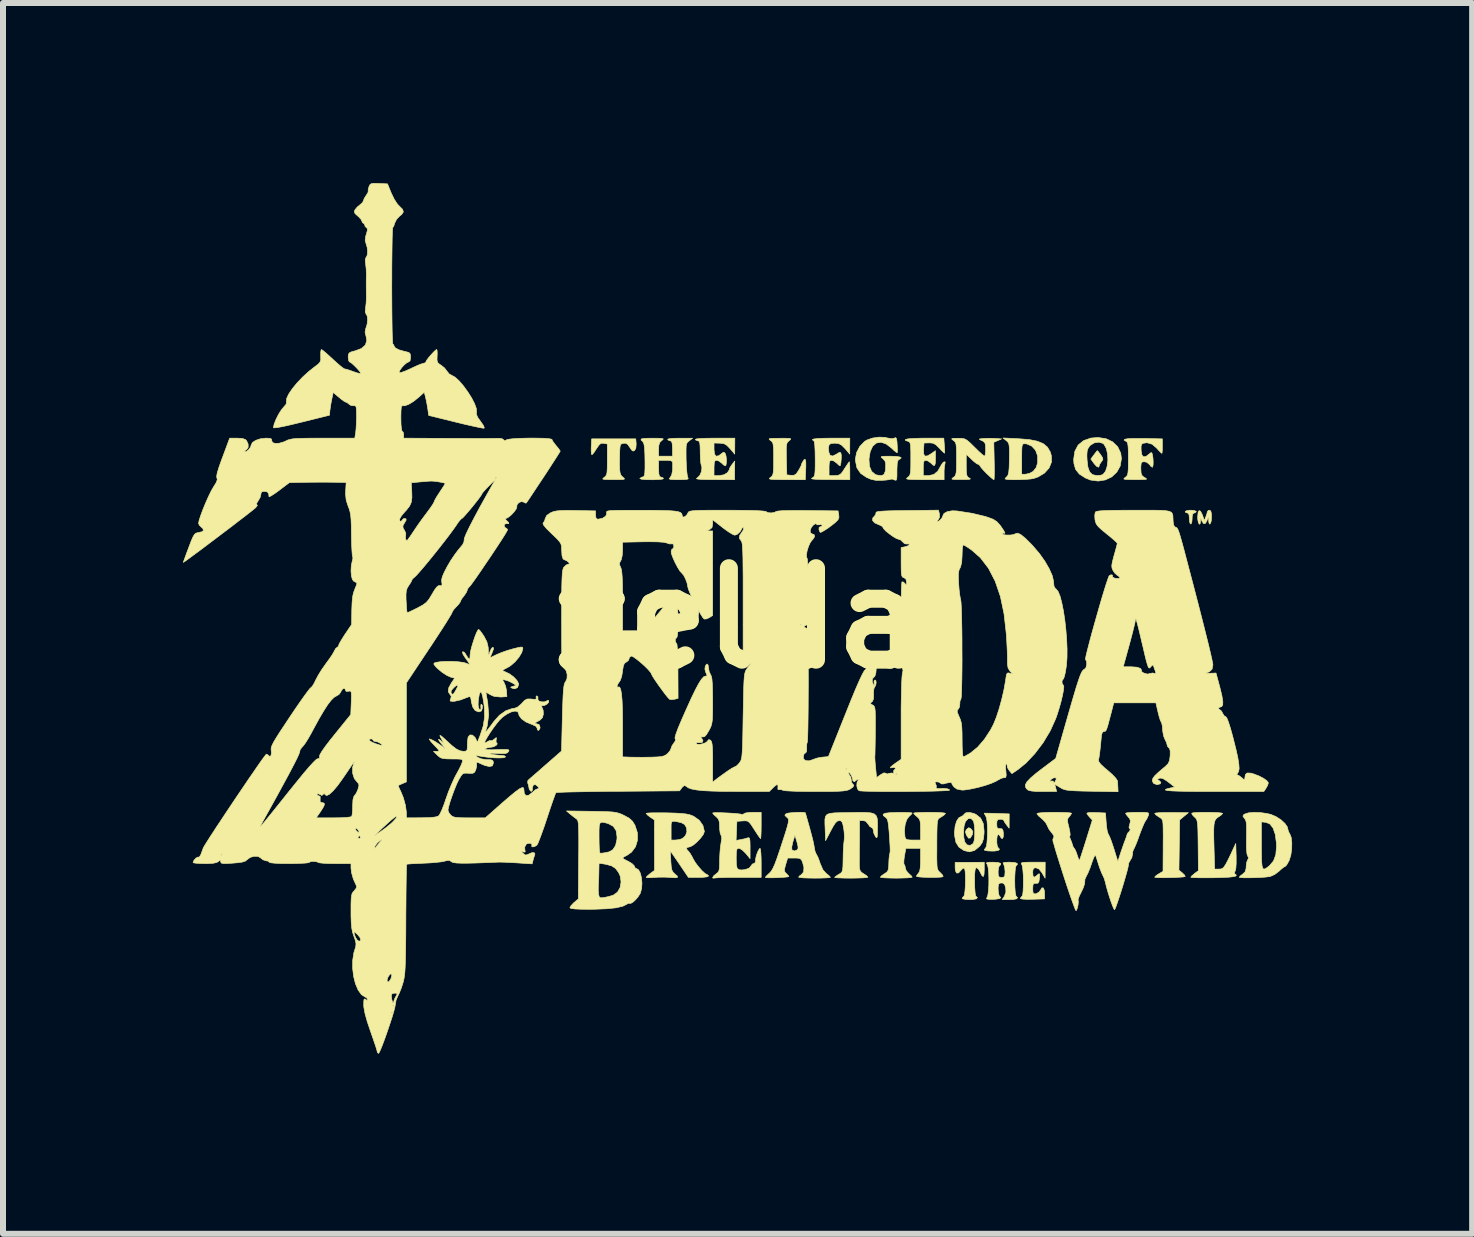
<source format=kicad_pcb>
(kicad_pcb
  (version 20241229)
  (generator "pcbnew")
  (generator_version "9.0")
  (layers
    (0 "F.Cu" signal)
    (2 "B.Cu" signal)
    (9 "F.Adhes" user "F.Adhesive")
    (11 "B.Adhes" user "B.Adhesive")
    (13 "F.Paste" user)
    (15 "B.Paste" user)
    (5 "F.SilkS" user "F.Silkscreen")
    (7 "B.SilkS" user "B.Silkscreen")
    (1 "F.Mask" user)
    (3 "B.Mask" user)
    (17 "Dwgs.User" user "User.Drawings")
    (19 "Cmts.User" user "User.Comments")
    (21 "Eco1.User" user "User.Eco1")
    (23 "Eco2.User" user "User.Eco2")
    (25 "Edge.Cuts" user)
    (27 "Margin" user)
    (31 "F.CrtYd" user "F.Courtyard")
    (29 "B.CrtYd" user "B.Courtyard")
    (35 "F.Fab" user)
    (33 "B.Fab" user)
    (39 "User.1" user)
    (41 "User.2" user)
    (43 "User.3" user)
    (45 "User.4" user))
  (footprint "zelda"
    (layer "F.Cu")
    (at 9.241 7.253)
    (property "Reference" "zelda" (at 0 0 0) (layer "F.SilkS") (effects (font (size 1.524 1.524) (thickness 0.3))))
    (attr through_hole)
    (fp_poly (pts (xy 3.879 3.501) (xy 3.895 3.516) (xy 3.92 3.553) (xy 3.914 3.597) (xy 3.907 3.613) (xy 3.877 3.661) (xy 3.848 3.664) (xy 3.818 3.621) (xy 3.812 3.61) (xy 3.796 3.56) (xy 3.809 3.525) (xy 3.82 3.513) (xy 3.851 3.489) (xy 3.879 3.501)) (stroke (width 0.01) (type solid)) (fill yes) (layer "F.SilkS"))
    (fp_poly (pts (xy 6.01 -2.777) (xy 6.042 -2.736) (xy 6.051 -2.723) (xy 6.082 -2.675) (xy 6.086 -2.644) (xy 6.066 -2.614) (xy 6.064 -2.612) (xy 6.035 -2.569) (xy 6.027 -2.544) (xy 6.016 -2.518) (xy 5.986 -2.529) (xy 5.944 -2.573) (xy 5.935 -2.586) (xy 5.886 -2.654) (xy 5.938 -2.724) (xy 5.972 -2.769) (xy 5.993 -2.793) (xy 5.995 -2.794) (xy 6.01 -2.777)) (stroke (width 0.01) (type solid)) (fill yes) (layer "F.SilkS"))
    (fp_poly (pts (xy 7.609 -1.796) (xy 7.641 -1.783) (xy 7.643 -1.778) (xy 7.624 -1.758) (xy 7.608 -1.755) (xy 7.584 -1.74) (xy 7.574 -1.689) (xy 7.574 -1.663) (xy 7.569 -1.605) (xy 7.556 -1.573) (xy 7.551 -1.57) (xy 7.536 -1.591) (xy 7.528 -1.642) (xy 7.528 -1.663) (xy 7.522 -1.727) (xy 7.503 -1.753) (xy 7.493 -1.755) (xy 7.462 -1.767) (xy 7.458 -1.778) (xy 7.479 -1.792) (xy 7.53 -1.801) (xy 7.551 -1.801) (xy 7.609 -1.796)) (stroke (width 0.01) (type solid)) (fill yes) (layer "F.SilkS"))
    (fp_poly (pts (xy 7.884 -1.789) (xy 7.895 -1.746) (xy 7.897 -1.686) (xy 7.892 -1.62) (xy 7.879 -1.58) (xy 7.865 -1.569) (xy 7.853 -1.594) (xy 7.849 -1.634) (xy 7.847 -1.697) (xy 7.824 -1.634) (xy 7.796 -1.582) (xy 7.767 -1.576) (xy 7.739 -1.616) (xy 7.736 -1.622) (xy 7.715 -1.674) (xy 7.714 -1.622) (xy 7.707 -1.575) (xy 7.694 -1.567) (xy 7.68 -1.59) (xy 7.669 -1.638) (xy 7.666 -1.688) (xy 7.673 -1.763) (xy 7.69 -1.795) (xy 7.715 -1.783) (xy 7.744 -1.725) (xy 7.751 -1.707) (xy 7.777 -1.628) (xy 7.803 -1.693) (xy 7.821 -1.746) (xy 7.828 -1.78) (xy 7.847 -1.799) (xy 7.862 -1.801) (xy 7.884 -1.789)) (stroke (width 0.01) (type solid)) (fill yes) (layer "F.SilkS"))
    (fp_poly (pts (xy 7.231 3.236) (xy 7.512 3.239) (xy 7.439 3.299) (xy 7.366 3.36) (xy 7.354 4.197) (xy 7.412 4.244) (xy 7.448 4.279) (xy 7.459 4.301) (xy 7.458 4.302) (xy 7.431 4.309) (xy 7.371 4.314) (xy 7.289 4.319) (xy 7.197 4.321) (xy 7.105 4.323) (xy 7.026 4.322) (xy 6.971 4.319) (xy 6.95 4.314) (xy 6.968 4.292) (xy 7.012 4.261) (xy 7.02 4.257) (xy 7.089 4.216) (xy 7.09 3.99) (xy 7.091 3.872) (xy 7.091 3.754) (xy 7.092 3.654) (xy 7.092 3.625) (xy 7.091 3.51) (xy 7.089 3.431) (xy 7.084 3.381) (xy 7.072 3.35) (xy 7.052 3.33) (xy 7.022 3.312) (xy 7.02 3.31) (xy 6.973 3.278) (xy 6.951 3.253) (xy 6.95 3.251) (xy 6.972 3.244) (xy 7.031 3.239) (xy 7.118 3.236) (xy 7.225 3.236) (xy 7.231 3.236)) (stroke (width 0.01) (type solid)) (fill yes) (layer "F.SilkS"))
    (fp_poly (pts (xy 4.11 4.193) (xy 4.106 4.27) (xy 4.094 4.303) (xy 4.073 4.29) (xy 4.043 4.232) (xy 4.041 4.226) (xy 4.012 4.178) (xy 3.982 4.156) (xy 3.98 4.156) (xy 3.965 4.166) (xy 3.956 4.201) (xy 3.95 4.267) (xy 3.949 4.372) (xy 3.949 4.386) (xy 3.951 4.486) (xy 3.957 4.567) (xy 3.965 4.618) (xy 3.972 4.63) (xy 3.996 4.656) (xy 3.977 4.675) (xy 3.918 4.686) (xy 3.868 4.687) (xy 3.798 4.684) (xy 3.752 4.675) (xy 3.741 4.666) (xy 3.759 4.64) (xy 3.768 4.636) (xy 3.779 4.611) (xy 3.788 4.552) (xy 3.794 4.471) (xy 3.797 4.38) (xy 3.796 4.292) (xy 3.792 4.219) (xy 3.783 4.172) (xy 3.779 4.164) (xy 3.753 4.166) (xy 3.724 4.197) (xy 3.681 4.243) (xy 3.648 4.244) (xy 3.629 4.203) (xy 3.625 4.158) (xy 3.625 4.067) (xy 3.868 4.066) (xy 4.11 4.065) (xy 4.11 4.193)) (stroke (width 0.01) (type solid)) (fill yes) (layer "F.SilkS"))
    (fp_poly (pts (xy 6.138 -2.993) (xy 6.25 -2.94) (xy 6.334 -2.858) (xy 6.384 -2.753) (xy 6.396 -2.662) (xy 6.376 -2.539) (xy 6.319 -2.436) (xy 6.235 -2.357) (xy 6.128 -2.306) (xy 6.008 -2.287) (xy 5.881 -2.304) (xy 5.796 -2.338) (xy 5.694 -2.404) (xy 5.632 -2.481) (xy 5.604 -2.581) (xy 5.6 -2.652) (xy 5.61 -2.716) (xy 5.82 -2.716) (xy 5.823 -2.64) (xy 5.837 -2.52) (xy 5.866 -2.44) (xy 5.913 -2.394) (xy 5.982 -2.379) (xy 5.99 -2.379) (xy 6.049 -2.384) (xy 6.087 -2.396) (xy 6.131 -2.45) (xy 6.158 -2.534) (xy 6.17 -2.634) (xy 6.165 -2.737) (xy 6.144 -2.829) (xy 6.107 -2.897) (xy 6.087 -2.915) (xy 6.02 -2.935) (xy 5.943 -2.923) (xy 5.877 -2.883) (xy 5.865 -2.869) (xy 5.838 -2.828) (xy 5.824 -2.782) (xy 5.82 -2.716) (xy 5.61 -2.716) (xy 5.62 -2.784) (xy 5.675 -2.887) (xy 5.765 -2.961) (xy 5.886 -3.003) (xy 6.004 -3.013) (xy 6.138 -2.993)) (stroke (width 0.01) (type solid)) (fill yes) (layer "F.SilkS"))
    (fp_poly (pts (xy 3.939 3.253) (xy 3.972 3.268) (xy 4.049 3.329) (xy 4.094 3.421) (xy 4.107 3.544) (xy 4.106 3.588) (xy 4.096 3.677) (xy 4.076 3.738) (xy 4.04 3.79) (xy 4.028 3.803) (xy 3.947 3.869) (xy 3.863 3.891) (xy 3.772 3.87) (xy 3.771 3.869) (xy 3.689 3.814) (xy 3.638 3.734) (xy 3.616 3.622) (xy 3.614 3.569) (xy 3.615 3.561) (xy 3.765 3.561) (xy 3.77 3.657) (xy 3.786 3.728) (xy 3.823 3.775) (xy 3.874 3.785) (xy 3.923 3.755) (xy 3.924 3.754) (xy 3.941 3.71) (xy 3.95 3.636) (xy 3.952 3.548) (xy 3.947 3.463) (xy 3.935 3.395) (xy 3.926 3.373) (xy 3.888 3.335) (xy 3.843 3.338) (xy 3.801 3.382) (xy 3.794 3.395) (xy 3.773 3.466) (xy 3.765 3.561) (xy 3.615 3.561) (xy 3.624 3.466) (xy 3.649 3.381) (xy 3.686 3.324) (xy 3.729 3.302) (xy 3.729 3.302) (xy 3.763 3.283) (xy 3.772 3.267) (xy 3.805 3.24) (xy 3.865 3.235) (xy 3.939 3.253)) (stroke (width 0.01) (type solid)) (fill yes) (layer "F.SilkS"))
    (fp_poly (pts (xy -1.69 -2.907) (xy -1.695 -2.836) (xy -1.716 -2.797) (xy -1.743 -2.786) (xy -1.769 -2.807) (xy -1.796 -2.848) (xy -1.833 -2.9) (xy -1.869 -2.918) (xy -1.903 -2.916) (xy -1.932 -2.908) (xy -1.95 -2.893) (xy -1.959 -2.86) (xy -1.964 -2.799) (xy -1.966 -2.705) (xy -1.968 -2.579) (xy -1.966 -2.491) (xy -1.96 -2.432) (xy -1.948 -2.393) (xy -1.928 -2.366) (xy -1.909 -2.35) (xy -1.888 -2.331) (xy -1.886 -2.32) (xy -1.909 -2.313) (xy -1.966 -2.311) (xy -2.061 -2.311) (xy -2.067 -2.311) (xy -2.164 -2.312) (xy -2.221 -2.314) (xy -2.246 -2.321) (xy -2.243 -2.332) (xy -2.223 -2.348) (xy -2.2 -2.367) (xy -2.185 -2.391) (xy -2.176 -2.431) (xy -2.172 -2.496) (xy -2.171 -2.593) (xy -2.171 -2.644) (xy -2.171 -2.904) (xy -2.231 -2.916) (xy -2.27 -2.917) (xy -2.303 -2.896) (xy -2.34 -2.844) (xy -2.352 -2.826) (xy -2.389 -2.768) (xy -2.419 -2.732) (xy -2.429 -2.725) (xy -2.437 -2.746) (xy -2.44 -2.8) (xy -2.439 -2.857) (xy -2.432 -2.99) (xy -1.697 -2.99) (xy -1.69 -2.907)) (stroke (width 0.01) (type solid)) (fill yes) (layer "F.SilkS"))
    (fp_poly (pts (xy 0.802 -3) (xy 0.86 -2.998) (xy 0.885 -2.992) (xy 0.883 -2.981) (xy 0.862 -2.962) (xy 0.859 -2.96) (xy 0.837 -2.94) (xy 0.822 -2.916) (xy 0.814 -2.878) (xy 0.811 -2.817) (xy 0.812 -2.724) (xy 0.813 -2.655) (xy 0.82 -2.39) (xy 0.892 -2.383) (xy 0.941 -2.384) (xy 0.977 -2.407) (xy 1.015 -2.462) (xy 1.016 -2.464) (xy 1.045 -2.516) (xy 1.061 -2.548) (xy 1.061 -2.552) (xy 1.065 -2.569) (xy 1.082 -2.603) (xy 1.109 -2.645) (xy 1.127 -2.648) (xy 1.136 -2.61) (xy 1.137 -2.529) (xy 1.135 -2.482) (xy 1.128 -2.309) (xy 0.812 -2.31) (xy 0.687 -2.311) (xy 0.602 -2.313) (xy 0.552 -2.317) (xy 0.53 -2.323) (xy 0.531 -2.334) (xy 0.548 -2.348) (xy 0.571 -2.366) (xy 0.585 -2.39) (xy 0.594 -2.429) (xy 0.599 -2.491) (xy 0.6 -2.586) (xy 0.6 -2.655) (xy 0.6 -2.772) (xy 0.597 -2.851) (xy 0.591 -2.902) (xy 0.58 -2.933) (xy 0.562 -2.953) (xy 0.548 -2.963) (xy 0.527 -2.98) (xy 0.526 -2.991) (xy 0.553 -2.997) (xy 0.613 -2.999) (xy 0.704 -3) (xy 0.802 -3)) (stroke (width 0.01) (type solid)) (fill yes) (layer "F.SilkS"))
    (fp_poly (pts (xy 4.189 3.248) (xy 4.271 3.25) (xy 4.318 3.252) (xy 4.526 3.259) (xy 4.525 3.379) (xy 4.525 3.498) (xy 4.48 3.441) (xy 4.448 3.395) (xy 4.434 3.366) (xy 4.434 3.365) (xy 4.414 3.352) (xy 4.376 3.348) (xy 4.337 3.354) (xy 4.321 3.382) (xy 4.318 3.429) (xy 4.322 3.483) (xy 4.34 3.503) (xy 4.37 3.504) (xy 4.405 3.507) (xy 4.422 3.534) (xy 4.429 3.585) (xy 4.427 3.643) (xy 4.413 3.671) (xy 4.392 3.662) (xy 4.379 3.637) (xy 4.354 3.606) (xy 4.342 3.602) (xy 4.327 3.622) (xy 4.32 3.671) (xy 4.319 3.731) (xy 4.325 3.787) (xy 4.339 3.82) (xy 4.341 3.822) (xy 4.365 3.848) (xy 4.347 3.867) (xy 4.288 3.878) (xy 4.237 3.879) (xy 4.168 3.876) (xy 4.121 3.867) (xy 4.11 3.858) (xy 4.128 3.831) (xy 4.131 3.829) (xy 4.145 3.803) (xy 4.155 3.742) (xy 4.161 3.658) (xy 4.164 3.563) (xy 4.163 3.468) (xy 4.157 3.385) (xy 4.147 3.326) (xy 4.142 3.311) (xy 4.119 3.267) (xy 4.11 3.247) (xy 4.131 3.247) (xy 4.189 3.248)) (stroke (width 0.01) (type solid)) (fill yes) (layer "F.SilkS"))
    (fp_poly (pts (xy 4.685 -2.992) (xy 4.86 -2.978) (xy 4.995 -2.951) (xy 5.094 -2.91) (xy 5.164 -2.851) (xy 5.21 -2.772) (xy 5.229 -2.707) (xy 5.23 -2.602) (xy 5.19 -2.504) (xy 5.113 -2.419) (xy 5.005 -2.355) (xy 4.94 -2.332) (xy 4.887 -2.322) (xy 4.81 -2.315) (xy 4.72 -2.311) (xy 4.629 -2.309) (xy 4.547 -2.31) (xy 4.486 -2.315) (xy 4.457 -2.322) (xy 4.457 -2.324) (xy 4.473 -2.348) (xy 4.491 -2.364) (xy 4.507 -2.388) (xy 4.518 -2.434) (xy 4.525 -2.511) (xy 4.528 -2.626) (xy 4.529 -2.653) (xy 4.529 -2.655) (xy 4.734 -2.655) (xy 4.734 -2.401) (xy 4.8 -2.401) (xy 4.866 -2.416) (xy 4.925 -2.448) (xy 4.977 -2.514) (xy 5 -2.596) (xy 4.999 -2.706) (xy 4.965 -2.8) (xy 4.902 -2.869) (xy 4.818 -2.906) (xy 4.779 -2.909) (xy 4.759 -2.906) (xy 4.746 -2.891) (xy 4.738 -2.857) (xy 4.735 -2.795) (xy 4.734 -2.698) (xy 4.734 -2.655) (xy 4.529 -2.655) (xy 4.53 -2.767) (xy 4.528 -2.844) (xy 4.522 -2.894) (xy 4.511 -2.926) (xy 4.492 -2.948) (xy 4.477 -2.961) (xy 4.422 -3.005) (xy 4.685 -2.992)) (stroke (width 0.01) (type solid)) (fill yes) (layer "F.SilkS"))
    (fp_poly (pts (xy 5.125 4.197) (xy 5.124 4.33) (xy 5.073 4.243) (xy 5.022 4.178) (xy 4.971 4.157) (xy 4.97 4.157) (xy 4.935 4.164) (xy 4.921 4.194) (xy 4.918 4.237) (xy 4.923 4.297) (xy 4.94 4.315) (xy 4.976 4.293) (xy 4.993 4.278) (xy 5.021 4.256) (xy 5.032 4.262) (xy 5.032 4.304) (xy 5.03 4.33) (xy 5.021 4.389) (xy 5.004 4.414) (xy 4.97 4.416) (xy 4.937 4.418) (xy 4.922 4.441) (xy 4.918 4.497) (xy 4.918 4.505) (xy 4.921 4.564) (xy 4.934 4.589) (xy 4.965 4.592) (xy 4.97 4.591) (xy 5.02 4.565) (xy 5.045 4.532) (xy 5.072 4.491) (xy 5.096 4.494) (xy 5.111 4.536) (xy 5.115 4.585) (xy 5.115 4.676) (xy 4.913 4.682) (xy 4.818 4.683) (xy 4.748 4.679) (xy 4.713 4.671) (xy 4.711 4.667) (xy 4.729 4.64) (xy 4.736 4.637) (xy 4.749 4.611) (xy 4.757 4.55) (xy 4.761 4.466) (xy 4.762 4.371) (xy 4.76 4.274) (xy 4.753 4.189) (xy 4.743 4.125) (xy 4.733 4.098) (xy 4.725 4.082) (xy 4.739 4.072) (xy 4.781 4.066) (xy 4.858 4.064) (xy 4.916 4.064) (xy 5.126 4.064) (xy 5.125 4.197)) (stroke (width 0.01) (type solid)) (fill yes) (layer "F.SilkS"))
    (fp_poly (pts (xy 7.924 3.235) (xy 8.004 3.238) (xy 8.06 3.244) (xy 8.082 3.251) (xy 8.082 3.251) (xy 8.064 3.274) (xy 8.02 3.305) (xy 8.015 3.308) (xy 7.985 3.329) (xy 7.963 3.354) (xy 7.947 3.391) (xy 7.938 3.446) (xy 7.934 3.525) (xy 7.934 3.636) (xy 7.938 3.784) (xy 7.939 3.83) (xy 7.949 4.179) (xy 8.021 4.179) (xy 8.054 4.177) (xy 8.081 4.166) (xy 8.107 4.14) (xy 8.137 4.093) (xy 8.176 4.018) (xy 8.228 3.91) (xy 8.247 3.868) (xy 8.301 3.752) (xy 8.308 3.968) (xy 8.308 4.08) (xy 8.303 4.164) (xy 8.292 4.21) (xy 8.289 4.214) (xy 8.277 4.247) (xy 8.289 4.26) (xy 8.31 4.279) (xy 8.303 4.294) (xy 8.263 4.305) (xy 8.187 4.314) (xy 8.071 4.319) (xy 7.932 4.323) (xy 7.805 4.324) (xy 7.696 4.324) (xy 7.613 4.321) (xy 7.562 4.318) (xy 7.551 4.314) (xy 7.568 4.292) (xy 7.609 4.257) (xy 7.614 4.252) (xy 7.678 4.206) (xy 7.674 3.783) (xy 7.672 3.634) (xy 7.67 3.524) (xy 7.666 3.446) (xy 7.66 3.393) (xy 7.651 3.359) (xy 7.638 3.336) (xy 7.62 3.317) (xy 7.611 3.31) (xy 7.576 3.273) (xy 7.567 3.248) (xy 7.568 3.247) (xy 7.596 3.24) (xy 7.657 3.236) (xy 7.739 3.233) (xy 7.832 3.233) (xy 7.924 3.235)) (stroke (width 0.01) (type solid)) (fill yes) (layer "F.SilkS"))
    (fp_poly (pts (xy 1.869 -2.869) (xy 1.869 -2.736) (xy 1.792 -2.826) (xy 1.737 -2.882) (xy 1.688 -2.91) (xy 1.625 -2.918) (xy 1.62 -2.918) (xy 1.557 -2.914) (xy 1.524 -2.89) (xy 1.514 -2.839) (xy 1.521 -2.765) (xy 1.542 -2.715) (xy 1.585 -2.704) (xy 1.645 -2.734) (xy 1.65 -2.737) (xy 1.695 -2.765) (xy 1.719 -2.76) (xy 1.728 -2.719) (xy 1.727 -2.656) (xy 1.721 -2.59) (xy 1.712 -2.548) (xy 1.707 -2.54) (xy 1.683 -2.555) (xy 1.651 -2.586) (xy 1.604 -2.621) (xy 1.567 -2.632) (xy 1.542 -2.626) (xy 1.529 -2.599) (xy 1.524 -2.54) (xy 1.524 -2.505) (xy 1.524 -2.378) (xy 1.617 -2.378) (xy 1.672 -2.382) (xy 1.71 -2.398) (xy 1.745 -2.436) (xy 1.782 -2.494) (xy 1.822 -2.555) (xy 1.851 -2.597) (xy 1.862 -2.609) (xy 1.866 -2.588) (xy 1.869 -2.533) (xy 1.87 -2.46) (xy 1.87 -2.31) (xy 1.53 -2.312) (xy 1.396 -2.313) (xy 1.304 -2.316) (xy 1.25 -2.321) (xy 1.231 -2.328) (xy 1.241 -2.338) (xy 1.262 -2.35) (xy 1.277 -2.369) (xy 1.286 -2.401) (xy 1.291 -2.457) (xy 1.293 -2.542) (xy 1.293 -2.659) (xy 1.291 -2.786) (xy 1.286 -2.881) (xy 1.279 -2.939) (xy 1.27 -2.956) (xy 1.248 -2.973) (xy 1.247 -2.979) (xy 1.269 -2.988) (xy 1.333 -2.996) (xy 1.434 -3) (xy 1.559 -3.002) (xy 1.87 -3.002) (xy 1.869 -2.869)) (stroke (width 0.01) (type solid)) (fill yes) (layer "F.SilkS"))
    (fp_poly (pts (xy -0.047 -2.869) (xy -0.048 -2.736) (xy -0.125 -2.826) (xy -0.179 -2.882) (xy -0.228 -2.91) (xy -0.291 -2.918) (xy -0.297 -2.918) (xy -0.393 -2.921) (xy -0.393 -2.811) (xy -0.384 -2.735) (xy -0.358 -2.701) (xy -0.314 -2.709) (xy -0.272 -2.741) (xy -0.237 -2.767) (xy -0.215 -2.759) (xy -0.207 -2.747) (xy -0.193 -2.706) (xy -0.186 -2.647) (xy -0.187 -2.59) (xy -0.195 -2.549) (xy -0.204 -2.54) (xy -0.233 -2.555) (xy -0.266 -2.586) (xy -0.312 -2.621) (xy -0.35 -2.632) (xy -0.375 -2.626) (xy -0.388 -2.599) (xy -0.392 -2.54) (xy -0.393 -2.505) (xy -0.393 -2.378) (xy -0.304 -2.378) (xy -0.228 -2.392) (xy -0.169 -2.427) (xy -0.139 -2.474) (xy -0.138 -2.484) (xy -0.125 -2.516) (xy -0.093 -2.563) (xy -0.093 -2.563) (xy -0.048 -2.621) (xy -0.049 -2.465) (xy -0.05 -2.309) (xy -0.389 -2.311) (xy -0.522 -2.312) (xy -0.613 -2.315) (xy -0.666 -2.32) (xy -0.686 -2.327) (xy -0.677 -2.337) (xy -0.675 -2.337) (xy -0.63 -2.381) (xy -0.601 -2.448) (xy -0.595 -2.516) (xy -0.604 -2.544) (xy -0.613 -2.585) (xy -0.62 -2.658) (xy -0.623 -2.748) (xy -0.623 -2.769) (xy -0.625 -2.865) (xy -0.631 -2.923) (xy -0.643 -2.951) (xy -0.657 -2.956) (xy -0.696 -2.97) (xy -0.704 -2.979) (xy -0.688 -2.989) (xy -0.628 -2.996) (xy -0.525 -3) (xy -0.382 -3.002) (xy -0.046 -3.002) (xy -0.047 -2.869)) (stroke (width 0.01) (type solid)) (fill yes) (layer "F.SilkS"))
    (fp_poly (pts (xy 6.75 -2.997) (xy 6.76 -2.997) (xy 7.077 -2.99) (xy 7.078 -2.869) (xy 7.077 -2.801) (xy 7.073 -2.757) (xy 7.069 -2.748) (xy 7.05 -2.764) (xy 7.011 -2.804) (xy 6.986 -2.833) (xy 6.907 -2.901) (xy 6.823 -2.926) (xy 6.759 -2.917) (xy 6.733 -2.901) (xy 6.723 -2.864) (xy 6.724 -2.798) (xy 6.737 -2.722) (xy 6.764 -2.69) (xy 6.808 -2.699) (xy 6.85 -2.731) (xy 6.886 -2.76) (xy 6.902 -2.758) (xy 6.911 -2.732) (xy 6.921 -2.673) (xy 6.925 -2.607) (xy 6.923 -2.551) (xy 6.914 -2.519) (xy 6.91 -2.517) (xy 6.885 -2.534) (xy 6.863 -2.563) (xy 6.818 -2.6) (xy 6.777 -2.609) (xy 6.743 -2.605) (xy 6.726 -2.586) (xy 6.72 -2.54) (xy 6.719 -2.495) (xy 6.723 -2.423) (xy 6.737 -2.381) (xy 6.768 -2.354) (xy 6.783 -2.345) (xy 6.809 -2.33) (xy 6.814 -2.319) (xy 6.791 -2.314) (xy 6.734 -2.312) (xy 6.637 -2.311) (xy 6.627 -2.311) (xy 6.527 -2.312) (xy 6.466 -2.314) (xy 6.439 -2.32) (xy 6.438 -2.33) (xy 6.458 -2.347) (xy 6.46 -2.348) (xy 6.482 -2.366) (xy 6.497 -2.39) (xy 6.505 -2.428) (xy 6.51 -2.49) (xy 6.511 -2.584) (xy 6.512 -2.659) (xy 6.511 -2.78) (xy 6.507 -2.862) (xy 6.5 -2.913) (xy 6.488 -2.939) (xy 6.477 -2.947) (xy 6.44 -2.968) (xy 6.449 -2.983) (xy 6.504 -2.993) (xy 6.604 -2.997) (xy 6.75 -2.997)) (stroke (width 0.01) (type solid)) (fill yes) (layer "F.SilkS"))
    (fp_poly (pts (xy 2.456 -3.015) (xy 2.494 -3.005) (xy 2.574 -2.992) (xy 2.609 -3.002) (xy 2.633 -3.01) (xy 2.647 -2.996) (xy 2.655 -2.951) (xy 2.659 -2.896) (xy 2.662 -2.824) (xy 2.662 -2.774) (xy 2.659 -2.759) (xy 2.64 -2.769) (xy 2.599 -2.803) (xy 2.572 -2.83) (xy 2.477 -2.904) (xy 2.39 -2.934) (xy 2.313 -2.921) (xy 2.251 -2.868) (xy 2.209 -2.777) (xy 2.189 -2.65) (xy 2.189 -2.649) (xy 2.198 -2.532) (xy 2.234 -2.447) (xy 2.296 -2.396) (xy 2.319 -2.388) (xy 2.393 -2.377) (xy 2.438 -2.395) (xy 2.46 -2.448) (xy 2.466 -2.504) (xy 2.467 -2.578) (xy 2.455 -2.623) (xy 2.425 -2.656) (xy 2.42 -2.66) (xy 2.395 -2.68) (xy 2.392 -2.692) (xy 2.416 -2.699) (xy 2.474 -2.701) (xy 2.546 -2.701) (xy 2.644 -2.698) (xy 2.705 -2.688) (xy 2.727 -2.673) (xy 2.706 -2.654) (xy 2.69 -2.647) (xy 2.671 -2.628) (xy 2.66 -2.584) (xy 2.656 -2.505) (xy 2.655 -2.459) (xy 2.655 -2.371) (xy 2.651 -2.321) (xy 2.641 -2.301) (xy 2.624 -2.302) (xy 2.612 -2.307) (xy 2.573 -2.321) (xy 2.557 -2.318) (xy 2.529 -2.311) (xy 2.469 -2.303) (xy 2.402 -2.299) (xy 2.303 -2.299) (xy 2.223 -2.316) (xy 2.148 -2.348) (xy 2.049 -2.416) (xy 1.988 -2.507) (xy 1.964 -2.624) (xy 1.963 -2.658) (xy 1.983 -2.763) (xy 2.036 -2.864) (xy 2.113 -2.944) (xy 2.151 -2.969) (xy 2.246 -3.003) (xy 2.355 -3.019) (xy 2.456 -3.015)) (stroke (width 0.01) (type solid)) (fill yes) (layer "F.SilkS"))
    (fp_poly (pts (xy 3.445 -2.881) (xy 3.45 -2.811) (xy 3.451 -2.764) (xy 3.45 -2.752) (xy 3.433 -2.763) (xy 3.395 -2.799) (xy 3.362 -2.835) (xy 3.306 -2.89) (xy 3.259 -2.917) (xy 3.203 -2.924) (xy 3.193 -2.923) (xy 3.106 -2.921) (xy 3.099 -2.811) (xy 3.101 -2.737) (xy 3.122 -2.703) (xy 3.166 -2.707) (xy 3.232 -2.747) (xy 3.296 -2.793) (xy 3.297 -2.666) (xy 3.295 -2.586) (xy 3.284 -2.548) (xy 3.261 -2.549) (xy 3.222 -2.585) (xy 3.221 -2.586) (xy 3.174 -2.621) (xy 3.137 -2.632) (xy 3.112 -2.626) (xy 3.099 -2.599) (xy 3.094 -2.54) (xy 3.094 -2.505) (xy 3.094 -2.378) (xy 3.183 -2.378) (xy 3.268 -2.396) (xy 3.335 -2.451) (xy 3.389 -2.546) (xy 3.415 -2.587) (xy 3.441 -2.608) (xy 3.459 -2.605) (xy 3.455 -2.574) (xy 3.455 -2.573) (xy 3.446 -2.529) (xy 3.441 -2.459) (xy 3.441 -2.423) (xy 3.441 -2.309) (xy 3.111 -2.31) (xy 2.983 -2.311) (xy 2.895 -2.313) (xy 2.842 -2.317) (xy 2.818 -2.323) (xy 2.816 -2.332) (xy 2.832 -2.346) (xy 2.834 -2.348) (xy 2.856 -2.366) (xy 2.871 -2.39) (xy 2.88 -2.428) (xy 2.885 -2.49) (xy 2.886 -2.583) (xy 2.886 -2.66) (xy 2.886 -2.778) (xy 2.883 -2.857) (xy 2.878 -2.906) (xy 2.868 -2.933) (xy 2.852 -2.945) (xy 2.84 -2.949) (xy 2.795 -2.965) (xy 2.795 -2.979) (xy 2.838 -2.99) (xy 2.921 -2.997) (xy 3.043 -3.001) (xy 3.115 -3.002) (xy 3.436 -3.002) (xy 3.445 -2.881)) (stroke (width 0.01) (type solid)) (fill yes) (layer "F.SilkS"))
    (fp_poly (pts (xy 4.615 4.069) (xy 4.659 4.083) (xy 4.661 4.105) (xy 4.641 4.122) (xy 4.631 4.15) (xy 4.624 4.214) (xy 4.619 4.306) (xy 4.618 4.376) (xy 4.62 4.479) (xy 4.626 4.563) (xy 4.635 4.616) (xy 4.641 4.63) (xy 4.666 4.656) (xy 4.647 4.675) (xy 4.588 4.686) (xy 4.537 4.687) (xy 4.409 4.687) (xy 4.446 4.632) (xy 4.471 4.56) (xy 4.467 4.493) (xy 4.45 4.436) (xy 4.423 4.413) (xy 4.396 4.41) (xy 4.362 4.415) (xy 4.346 4.438) (xy 4.341 4.491) (xy 4.341 4.513) (xy 4.346 4.578) (xy 4.358 4.622) (xy 4.364 4.63) (xy 4.387 4.654) (xy 4.365 4.671) (xy 4.297 4.681) (xy 4.258 4.683) (xy 4.186 4.683) (xy 4.152 4.677) (xy 4.149 4.663) (xy 4.155 4.654) (xy 4.17 4.613) (xy 4.18 4.54) (xy 4.186 4.445) (xy 4.187 4.342) (xy 4.184 4.243) (xy 4.176 4.162) (xy 4.164 4.11) (xy 4.159 4.102) (xy 4.146 4.08) (xy 4.156 4.069) (xy 4.199 4.065) (xy 4.257 4.064) (xy 4.339 4.069) (xy 4.382 4.083) (xy 4.384 4.106) (xy 4.364 4.122) (xy 4.349 4.152) (xy 4.342 4.209) (xy 4.341 4.227) (xy 4.344 4.286) (xy 4.36 4.312) (xy 4.395 4.318) (xy 4.399 4.318) (xy 4.435 4.313) (xy 4.452 4.291) (xy 4.456 4.239) (xy 4.457 4.219) (xy 4.45 4.151) (xy 4.435 4.101) (xy 4.429 4.092) (xy 4.423 4.076) (xy 4.449 4.067) (xy 4.513 4.064) (xy 4.533 4.064) (xy 4.615 4.069)) (stroke (width 0.01) (type solid)) (fill yes) (layer "F.SilkS"))
    (fp_poly (pts (xy 4.291 -2.997) (xy 4.301 -2.997) (xy 4.399 -2.989) (xy 4.334 -2.961) (xy 4.269 -2.933) (xy 4.276 -2.621) (xy 4.278 -2.507) (xy 4.278 -2.412) (xy 4.276 -2.343) (xy 4.273 -2.311) (xy 4.272 -2.309) (xy 4.246 -2.325) (xy 4.201 -2.364) (xy 4.147 -2.415) (xy 4.095 -2.469) (xy 4.056 -2.514) (xy 4.041 -2.538) (xy 4.023 -2.561) (xy 4.013 -2.563) (xy 3.982 -2.578) (xy 3.932 -2.617) (xy 3.898 -2.649) (xy 3.81 -2.734) (xy 3.81 -2.548) (xy 3.811 -2.455) (xy 3.816 -2.397) (xy 3.828 -2.363) (xy 3.849 -2.344) (xy 3.862 -2.337) (xy 3.88 -2.325) (xy 3.868 -2.317) (xy 3.82 -2.313) (xy 3.731 -2.312) (xy 3.729 -2.312) (xy 3.639 -2.312) (xy 3.588 -2.315) (xy 3.57 -2.322) (xy 3.579 -2.335) (xy 3.596 -2.348) (xy 3.619 -2.366) (xy 3.633 -2.39) (xy 3.642 -2.429) (xy 3.647 -2.491) (xy 3.648 -2.586) (xy 3.648 -2.655) (xy 3.648 -2.772) (xy 3.645 -2.851) (xy 3.639 -2.902) (xy 3.628 -2.933) (xy 3.61 -2.953) (xy 3.596 -2.963) (xy 3.57 -2.984) (xy 3.57 -2.995) (xy 3.604 -2.999) (xy 3.671 -3) (xy 3.733 -2.999) (xy 3.778 -2.991) (xy 3.819 -2.97) (xy 3.867 -2.93) (xy 3.934 -2.865) (xy 3.948 -2.851) (xy 4.015 -2.785) (xy 4.071 -2.734) (xy 4.107 -2.705) (xy 4.115 -2.702) (xy 4.125 -2.722) (xy 4.132 -2.776) (xy 4.133 -2.818) (xy 4.131 -2.889) (xy 4.118 -2.928) (xy 4.089 -2.952) (xy 4.07 -2.961) (xy 4.032 -2.979) (xy 4.029 -2.988) (xy 4.065 -2.993) (xy 4.104 -2.997) (xy 4.196 -3) (xy 4.291 -2.997)) (stroke (width 0.01) (type solid)) (fill yes) (layer "F.SilkS"))
    (fp_poly (pts (xy 8.708 3.237) (xy 8.816 3.252) (xy 8.886 3.268) (xy 8.972 3.305) (xy 9.053 3.357) (xy 9.119 3.417) (xy 9.16 3.476) (xy 9.167 3.506) (xy 9.181 3.557) (xy 9.201 3.592) (xy 9.225 3.651) (xy 9.235 3.74) (xy 9.233 3.843) (xy 9.219 3.945) (xy 9.192 4.032) (xy 9.191 4.035) (xy 9.16 4.093) (xy 9.134 4.128) (xy 9.126 4.133) (xy 9.098 4.148) (xy 9.052 4.186) (xy 9.023 4.213) (xy 8.951 4.268) (xy 8.878 4.301) (xy 8.864 4.304) (xy 8.8 4.312) (xy 8.715 4.318) (xy 8.619 4.322) (xy 8.525 4.324) (xy 8.443 4.324) (xy 8.384 4.321) (xy 8.359 4.316) (xy 8.359 4.315) (xy 8.376 4.293) (xy 8.417 4.262) (xy 8.458 4.222) (xy 8.474 4.163) (xy 8.474 4.137) (xy 8.481 4.073) (xy 8.497 4.028) (xy 8.501 4.023) (xy 8.516 3.991) (xy 8.501 3.964) (xy 8.487 3.924) (xy 8.48 3.842) (xy 8.479 3.786) (xy 8.728 3.786) (xy 8.729 3.939) (xy 8.732 4.051) (xy 8.739 4.125) (xy 8.751 4.167) (xy 8.771 4.18) (xy 8.801 4.169) (xy 8.842 4.139) (xy 8.864 4.121) (xy 8.93 4.043) (xy 8.968 3.94) (xy 8.98 3.806) (xy 8.978 3.744) (xy 8.959 3.601) (xy 8.922 3.494) (xy 8.868 3.426) (xy 8.803 3.4) (xy 8.728 3.392) (xy 8.728 3.786) (xy 8.479 3.786) (xy 8.479 3.716) (xy 8.48 3.654) (xy 8.481 3.532) (xy 8.48 3.448) (xy 8.474 3.392) (xy 8.462 3.356) (xy 8.446 3.333) (xy 8.42 3.298) (xy 8.429 3.277) (xy 8.452 3.261) (xy 8.512 3.242) (xy 8.602 3.234) (xy 8.708 3.237)) (stroke (width 0.01) (type solid)) (fill yes) (layer "F.SilkS"))
    (fp_poly (pts (xy 2.135 3.235) (xy 2.22 3.242) (xy 2.276 3.259) (xy 2.309 3.289) (xy 2.326 3.334) (xy 2.331 3.398) (xy 2.331 3.484) (xy 2.331 3.487) (xy 2.33 3.58) (xy 2.327 3.635) (xy 2.32 3.656) (xy 2.308 3.651) (xy 2.297 3.638) (xy 2.269 3.58) (xy 2.263 3.54) (xy 2.252 3.499) (xy 2.232 3.487) (xy 2.201 3.468) (xy 2.175 3.429) (xy 2.134 3.381) (xy 2.09 3.371) (xy 2.032 3.371) (xy 2.031 3.643) (xy 2.03 3.763) (xy 2.029 3.88) (xy 2.029 3.976) (xy 2.028 4.029) (xy 2.028 4.121) (xy 2.033 4.179) (xy 2.046 4.213) (xy 2.071 4.238) (xy 2.101 4.257) (xy 2.148 4.288) (xy 2.17 4.312) (xy 2.171 4.314) (xy 2.149 4.32) (xy 2.09 4.325) (xy 2.003 4.328) (xy 1.896 4.33) (xy 1.893 4.33) (xy 1.786 4.329) (xy 1.699 4.326) (xy 1.639 4.323) (xy 1.617 4.318) (xy 1.616 4.318) (xy 1.635 4.3) (xy 1.678 4.271) (xy 1.686 4.267) (xy 1.717 4.248) (xy 1.738 4.226) (xy 1.749 4.193) (xy 1.755 4.137) (xy 1.757 4.05) (xy 1.758 4.002) (xy 1.76 3.896) (xy 1.765 3.8) (xy 1.772 3.728) (xy 1.775 3.706) (xy 1.78 3.644) (xy 1.775 3.56) (xy 1.768 3.504) (xy 1.753 3.429) (xy 1.737 3.389) (xy 1.714 3.373) (xy 1.693 3.371) (xy 1.661 3.38) (xy 1.629 3.41) (xy 1.591 3.469) (xy 1.553 3.539) (xy 1.466 3.706) (xy 1.459 3.521) (xy 1.455 3.422) (xy 1.455 3.349) (xy 1.465 3.3) (xy 1.491 3.268) (xy 1.54 3.251) (xy 1.617 3.242) (xy 1.729 3.239) (xy 1.856 3.237) (xy 2.015 3.234) (xy 2.135 3.235)) (stroke (width 0.01) (type solid)) (fill yes) (layer "F.SilkS"))
    (fp_poly (pts (xy -0.75 -3.001) (xy -0.807 -2.957) (xy -0.831 -2.937) (xy -0.847 -2.914) (xy -0.856 -2.878) (xy -0.859 -2.821) (xy -0.859 -2.735) (xy -0.858 -2.641) (xy -0.853 -2.531) (xy -0.846 -2.437) (xy -0.837 -2.369) (xy -0.827 -2.339) (xy -0.823 -2.324) (xy -0.846 -2.315) (xy -0.903 -2.311) (xy -0.984 -2.31) (xy -1.074 -2.311) (xy -1.124 -2.316) (xy -1.14 -2.324) (xy -1.129 -2.339) (xy -1.128 -2.34) (xy -1.099 -2.387) (xy -1.083 -2.47) (xy -1.082 -2.579) (xy -1.082 -2.58) (xy -1.089 -2.611) (xy -1.113 -2.627) (xy -1.165 -2.632) (xy -1.201 -2.632) (xy -1.316 -2.632) (xy -1.316 -2.494) (xy -1.313 -2.412) (xy -1.303 -2.369) (xy -1.285 -2.355) (xy -1.283 -2.355) (xy -1.244 -2.341) (xy -1.235 -2.332) (xy -1.249 -2.32) (xy -1.307 -2.313) (xy -1.404 -2.309) (xy -1.432 -2.309) (xy -1.538 -2.311) (xy -1.604 -2.318) (xy -1.629 -2.329) (xy -1.628 -2.332) (xy -1.594 -2.353) (xy -1.58 -2.355) (xy -1.564 -2.361) (xy -1.553 -2.383) (xy -1.546 -2.428) (xy -1.543 -2.501) (xy -1.543 -2.609) (xy -1.545 -2.725) (xy -1.55 -2.835) (xy -1.561 -2.906) (xy -1.579 -2.943) (xy -1.583 -2.947) (xy -1.609 -2.971) (xy -1.607 -2.987) (xy -1.574 -2.996) (xy -1.502 -3) (xy -1.414 -3.001) (xy -1.319 -3) (xy -1.263 -2.997) (xy -1.24 -2.99) (xy -1.244 -2.978) (xy -1.264 -2.963) (xy -1.297 -2.93) (xy -1.313 -2.881) (xy -1.316 -2.814) (xy -1.316 -2.702) (xy -1.085 -2.702) (xy -1.085 -2.829) (xy -1.089 -2.906) (xy -1.1 -2.946) (xy -1.119 -2.956) (xy -1.158 -2.97) (xy -1.166 -2.979) (xy -1.152 -2.99) (xy -1.095 -2.998) (xy -0.997 -3.001) (xy -0.965 -3.001) (xy -0.75 -3.001)) (stroke (width 0.01) (type solid)) (fill yes) (layer "F.SilkS"))
    (fp_poly (pts (xy -1.24 3.241) (xy -1.179 3.242) (xy -1.039 3.246) (xy -0.936 3.252) (xy -0.861 3.26) (xy -0.803 3.272) (xy -0.755 3.289) (xy -0.731 3.3) (xy -0.639 3.365) (xy -0.578 3.452) (xy -0.554 3.55) (xy -0.554 3.554) (xy -0.571 3.601) (xy -0.615 3.661) (xy -0.673 3.723) (xy -0.734 3.776) (xy -0.787 3.806) (xy -0.805 3.81) (xy -0.847 3.821) (xy -0.848 3.849) (xy -0.822 3.878) (xy -0.793 3.914) (xy -0.757 3.975) (xy -0.742 4.006) (xy -0.705 4.069) (xy -0.653 4.138) (xy -0.597 4.202) (xy -0.545 4.25) (xy -0.508 4.272) (xy -0.504 4.272) (xy -0.485 4.289) (xy -0.485 4.295) (xy -0.506 4.307) (xy -0.564 4.315) (xy -0.649 4.318) (xy -0.652 4.318) (xy -0.82 4.317) (xy -0.968 4.098) (xy -1.027 4.012) (xy -1.075 3.942) (xy -1.108 3.895) (xy -1.119 3.879) (xy -1.119 3.9) (xy -1.117 3.956) (xy -1.113 4.035) (xy -1.113 4.047) (xy -1.106 4.138) (xy -1.095 4.195) (xy -1.075 4.231) (xy -1.049 4.256) (xy -1.005 4.295) (xy -1 4.316) (xy -1.035 4.324) (xy -1.113 4.319) (xy -1.118 4.318) (xy -1.216 4.313) (xy -1.326 4.314) (xy -1.384 4.318) (xy -1.457 4.323) (xy -1.508 4.322) (xy -1.524 4.317) (xy -1.507 4.296) (xy -1.466 4.261) (xy -1.455 4.252) (xy -1.385 4.201) (xy -1.386 3.78) (xy -1.386 3.439) (xy -1.108 3.439) (xy -1.108 3.517) (xy -1.108 3.532) (xy -1.108 3.695) (xy -1.038 3.695) (xy -0.97 3.687) (xy -0.921 3.67) (xy -0.868 3.621) (xy -0.845 3.556) (xy -0.851 3.489) (xy -0.885 3.434) (xy -0.94 3.405) (xy -1.027 3.386) (xy -1.077 3.381) (xy -1.101 3.396) (xy -1.108 3.439) (xy -1.386 3.439) (xy -1.386 3.36) (xy -1.455 3.314) (xy -1.5 3.279) (xy -1.523 3.253) (xy -1.524 3.251) (xy -1.502 3.246) (xy -1.442 3.242) (xy -1.352 3.241) (xy -1.24 3.241)) (stroke (width 0.01) (type solid)) (fill yes) (layer "F.SilkS"))
    (fp_poly (pts (xy 1.105 3.235) (xy 1.131 3.242) (xy 1.131 3.244) (xy 1.137 3.269) (xy 1.154 3.329) (xy 1.178 3.414) (xy 1.2 3.492) (xy 1.229 3.6) (xy 1.255 3.701) (xy 1.272 3.781) (xy 1.277 3.815) (xy 1.29 3.881) (xy 1.31 3.929) (xy 1.313 3.934) (xy 1.335 3.973) (xy 1.361 4.04) (xy 1.375 4.084) (xy 1.423 4.193) (xy 1.479 4.253) (xy 1.523 4.289) (xy 1.546 4.314) (xy 1.547 4.317) (xy 1.525 4.322) (xy 1.467 4.326) (xy 1.38 4.329) (xy 1.281 4.33) (xy 1.177 4.328) (xy 1.092 4.325) (xy 1.035 4.319) (xy 1.016 4.313) (xy 1.034 4.29) (xy 1.062 4.272) (xy 1.1 4.227) (xy 1.105 4.151) (xy 1.083 4.067) (xy 1.064 4.024) (xy 1.037 4.002) (xy 0.987 3.995) (xy 0.946 3.995) (xy 0.834 3.995) (xy 0.801 4.104) (xy 0.783 4.172) (xy 0.781 4.211) (xy 0.796 4.238) (xy 0.811 4.252) (xy 0.844 4.286) (xy 0.854 4.303) (xy 0.833 4.309) (xy 0.776 4.315) (xy 0.694 4.32) (xy 0.658 4.322) (xy 0.569 4.324) (xy 0.501 4.323) (xy 0.465 4.32) (xy 0.462 4.318) (xy 0.477 4.297) (xy 0.516 4.259) (xy 0.528 4.249) (xy 0.558 4.217) (xy 0.587 4.169) (xy 0.619 4.099) (xy 0.656 4) (xy 0.702 3.864) (xy 0.713 3.833) (xy 0.72 3.81) (xy 0.902 3.81) (xy 0.904 3.853) (xy 0.911 3.862) (xy 0.945 3.877) (xy 0.98 3.865) (xy 0.989 3.859) (xy 1.006 3.84) (xy 1.007 3.804) (xy 0.992 3.741) (xy 0.988 3.726) (xy 0.955 3.614) (xy 0.92 3.729) (xy 0.902 3.81) (xy 0.72 3.81) (xy 0.764 3.676) (xy 0.802 3.558) (xy 0.828 3.471) (xy 0.843 3.41) (xy 0.848 3.37) (xy 0.845 3.344) (xy 0.834 3.327) (xy 0.817 3.313) (xy 0.817 3.313) (xy 0.788 3.285) (xy 0.797 3.265) (xy 0.808 3.257) (xy 0.843 3.246) (xy 0.904 3.239) (xy 0.977 3.234) (xy 1.049 3.232) (xy 1.105 3.235)) (stroke (width 0.01) (type solid)) (fill yes) (layer "F.SilkS"))
    (fp_poly (pts (xy 0.393 3.452) (xy 0.392 3.546) (xy 0.389 3.62) (xy 0.386 3.664) (xy 0.383 3.671) (xy 0.367 3.653) (xy 0.334 3.606) (xy 0.289 3.537) (xy 0.278 3.52) (xy 0.229 3.444) (xy 0.194 3.4) (xy 0.164 3.379) (xy 0.127 3.374) (xy 0.085 3.376) (xy -0.012 3.383) (xy -0.025 3.701) (xy 0.051 3.688) (xy 0.117 3.674) (xy 0.167 3.659) (xy 0.188 3.656) (xy 0.2 3.67) (xy 0.206 3.711) (xy 0.208 3.786) (xy 0.208 3.824) (xy 0.208 4.005) (xy 0.137 3.919) (xy 0.086 3.868) (xy 0.039 3.837) (xy 0.021 3.833) (xy -0.002 3.838) (xy -0.015 3.858) (xy -0.021 3.903) (xy -0.023 3.983) (xy -0.023 4.004) (xy -0.021 4.101) (xy -0.009 4.161) (xy 0.019 4.189) (xy 0.068 4.194) (xy 0.125 4.187) (xy 0.192 4.164) (xy 0.22 4.13) (xy 0.247 4.094) (xy 0.269 4.087) (xy 0.295 4.069) (xy 0.297 4.047) (xy 0.301 4.002) (xy 0.316 3.942) (xy 0.339 3.883) (xy 0.362 3.842) (xy 0.374 3.833) (xy 0.382 3.855) (xy 0.388 3.913) (xy 0.392 3.998) (xy 0.393 4.075) (xy 0.393 4.317) (xy 0.011 4.317) (xy -0.118 4.317) (xy -0.231 4.319) (xy -0.32 4.323) (xy -0.377 4.327) (xy -0.393 4.33) (xy -0.414 4.328) (xy -0.416 4.32) (xy -0.398 4.291) (xy -0.358 4.258) (xy -0.329 4.236) (xy -0.312 4.208) (xy -0.303 4.162) (xy -0.3 4.088) (xy -0.3 4.032) (xy -0.296 3.928) (xy -0.288 3.827) (xy -0.277 3.749) (xy -0.276 3.743) (xy -0.264 3.663) (xy -0.273 3.62) (xy -0.276 3.617) (xy -0.29 3.582) (xy -0.299 3.517) (xy -0.3 3.472) (xy -0.304 3.395) (xy -0.319 3.347) (xy -0.352 3.311) (xy -0.358 3.306) (xy -0.398 3.27) (xy -0.416 3.245) (xy -0.416 3.244) (xy -0.395 3.24) (xy -0.339 3.238) (xy -0.26 3.24) (xy -0.171 3.244) (xy -0.081 3.249) (xy -0.002 3.256) (xy 0.053 3.263) (xy 0.072 3.269) (xy 0.098 3.264) (xy 0.104 3.256) (xy 0.133 3.244) (xy 0.194 3.235) (xy 0.255 3.233) (xy 0.393 3.233) (xy 0.393 3.452)) (stroke (width 0.01) (type solid)) (fill yes) (layer "F.SilkS"))
    (fp_poly (pts (xy 3.303 3.234) (xy 3.388 3.238) (xy 3.444 3.244) (xy 3.464 3.251) (xy 3.446 3.274) (xy 3.402 3.305) (xy 3.394 3.31) (xy 3.371 3.323) (xy 3.353 3.336) (xy 3.34 3.353) (xy 3.331 3.382) (xy 3.326 3.428) (xy 3.323 3.498) (xy 3.321 3.597) (xy 3.32 3.732) (xy 3.32 3.854) (xy 3.319 3.985) (xy 3.321 4.077) (xy 3.324 4.139) (xy 3.332 4.179) (xy 3.345 4.206) (xy 3.365 4.227) (xy 3.378 4.239) (xy 3.414 4.277) (xy 3.425 4.302) (xy 3.424 4.304) (xy 3.395 4.312) (xy 3.334 4.316) (xy 3.255 4.318) (xy 3.167 4.317) (xy 3.085 4.314) (xy 3.019 4.309) (xy 2.983 4.301) (xy 2.979 4.298) (xy 2.995 4.268) (xy 3.013 4.249) (xy 3.032 4.219) (xy 3.043 4.162) (xy 3.048 4.07) (xy 3.048 4.027) (xy 3.048 3.833) (xy 2.804 3.833) (xy 2.78 3.962) (xy 2.771 4.033) (xy 2.77 4.085) (xy 2.775 4.101) (xy 2.791 4.131) (xy 2.794 4.16) (xy 2.811 4.207) (xy 2.852 4.253) (xy 2.892 4.289) (xy 2.909 4.313) (xy 2.909 4.314) (xy 2.888 4.32) (xy 2.829 4.325) (xy 2.743 4.328) (xy 2.644 4.33) (xy 2.539 4.328) (xy 2.454 4.325) (xy 2.397 4.319) (xy 2.378 4.314) (xy 2.396 4.292) (xy 2.44 4.261) (xy 2.448 4.257) (xy 2.49 4.226) (xy 2.511 4.19) (xy 2.518 4.13) (xy 2.519 4.099) (xy 2.522 4.022) (xy 2.528 3.957) (xy 2.532 3.937) (xy 2.538 3.911) (xy 2.542 3.885) (xy 2.542 3.849) (xy 2.54 3.794) (xy 2.535 3.712) (xy 2.527 3.593) (xy 2.527 3.583) (xy 2.517 3.471) (xy 2.507 3.396) (xy 2.494 3.35) (xy 2.476 3.324) (xy 2.467 3.318) (xy 2.428 3.287) (xy 2.426 3.264) (xy 2.461 3.248) (xy 2.539 3.239) (xy 2.659 3.235) (xy 2.667 3.234) (xy 2.767 3.234) (xy 2.846 3.237) (xy 2.897 3.241) (xy 2.909 3.246) (xy 2.893 3.269) (xy 2.855 3.304) (xy 2.817 3.357) (xy 2.791 3.441) (xy 2.781 3.539) (xy 2.788 3.637) (xy 2.788 3.637) (xy 2.799 3.671) (xy 2.823 3.688) (xy 2.872 3.694) (xy 2.924 3.695) (xy 3.048 3.695) (xy 3.048 3.523) (xy 3.047 3.433) (xy 3.04 3.376) (xy 3.024 3.34) (xy 2.997 3.312) (xy 2.99 3.306) (xy 2.95 3.271) (xy 2.933 3.247) (xy 2.933 3.247) (xy 2.954 3.241) (xy 3.013 3.237) (xy 3.099 3.234) (xy 3.198 3.233) (xy 3.303 3.234)) (stroke (width 0.01) (type solid)) (fill yes) (layer "F.SilkS"))
    (fp_poly (pts (xy -2.435 3.216) (xy -2.285 3.219) (xy -2.173 3.222) (xy -2.091 3.227) (xy -2.03 3.235) (xy -1.982 3.247) (xy -1.938 3.263) (xy -1.89 3.286) (xy -1.888 3.287) (xy -1.806 3.332) (xy -1.753 3.38) (xy -1.712 3.445) (xy -1.708 3.455) (xy -1.669 3.576) (xy -1.668 3.697) (xy -1.701 3.807) (xy -1.767 3.896) (xy -1.842 3.949) (xy -1.891 3.974) (xy -1.915 3.993) (xy -1.915 3.995) (xy -1.896 4.011) (xy -1.848 4.037) (xy -1.818 4.052) (xy -1.76 4.087) (xy -1.725 4.121) (xy -1.72 4.133) (xy -1.704 4.164) (xy -1.69 4.168) (xy -1.652 4.189) (xy -1.622 4.244) (xy -1.602 4.322) (xy -1.594 4.411) (xy -1.599 4.499) (xy -1.619 4.576) (xy -1.626 4.59) (xy -1.662 4.646) (xy -1.708 4.698) (xy -1.753 4.737) (xy -1.786 4.752) (xy -1.793 4.749) (xy -1.821 4.749) (xy -1.845 4.764) (xy -1.913 4.798) (xy -2.025 4.824) (xy -2.18 4.84) (xy -2.376 4.848) (xy -2.461 4.849) (xy -2.603 4.848) (xy -2.703 4.844) (xy -2.765 4.837) (xy -2.792 4.827) (xy -2.794 4.822) (xy -2.778 4.791) (xy -2.737 4.747) (xy -2.724 4.735) (xy -2.654 4.676) (xy -2.653 4.538) (xy -2.322 4.538) (xy -2.316 4.602) (xy -2.305 4.643) (xy -2.281 4.658) (xy -2.228 4.653) (xy -2.221 4.652) (xy -2.143 4.635) (xy -2.073 4.614) (xy -2.071 4.613) (xy -2.002 4.564) (xy -1.958 4.487) (xy -1.942 4.393) (xy -1.956 4.295) (xy -1.985 4.233) (xy -2.035 4.167) (xy -2.098 4.126) (xy -2.188 4.101) (xy -2.214 4.096) (xy -2.309 4.081) (xy -2.312 4.234) (xy -2.314 4.327) (xy -2.318 4.413) (xy -2.321 4.462) (xy -2.322 4.538) (xy -2.653 4.538) (xy -2.649 4.024) (xy -2.647 3.833) (xy -2.647 3.684) (xy -2.647 3.641) (xy -2.309 3.641) (xy -2.309 3.645) (xy -2.308 3.747) (xy -2.305 3.832) (xy -2.3 3.889) (xy -2.296 3.908) (xy -2.284 3.914) (xy -2.261 3.914) (xy -2.214 3.907) (xy -2.142 3.892) (xy -2.079 3.856) (xy -2.033 3.785) (xy -2.011 3.685) (xy -2.009 3.643) (xy -2.024 3.539) (xy -2.071 3.467) (xy -2.153 3.422) (xy -2.165 3.418) (xy -2.227 3.402) (xy -2.268 3.398) (xy -2.292 3.413) (xy -2.305 3.454) (xy -2.309 3.528) (xy -2.309 3.641) (xy -2.647 3.641) (xy -2.648 3.57) (xy -2.65 3.486) (xy -2.653 3.427) (xy -2.659 3.388) (xy -2.667 3.364) (xy -2.678 3.349) (xy -2.69 3.34) (xy -2.742 3.301) (xy -2.794 3.259) (xy -2.852 3.21) (xy -2.435 3.216)) (stroke (width 0.01) (type solid)) (fill yes) (layer "F.SilkS"))
    (fp_poly (pts (xy 6.759 3.233) (xy 6.816 3.236) (xy 6.844 3.244) (xy 6.851 3.26) (xy 6.845 3.285) (xy 6.819 3.342) (xy 6.799 3.372) (xy 6.778 3.408) (xy 6.748 3.477) (xy 6.713 3.565) (xy 6.695 3.614) (xy 6.662 3.707) (xy 6.631 3.783) (xy 6.609 3.832) (xy 6.602 3.843) (xy 6.586 3.881) (xy 6.581 3.928) (xy 6.569 3.989) (xy 6.546 4.026) (xy 6.518 4.077) (xy 6.512 4.114) (xy 6.505 4.153) (xy 6.487 4.224) (xy 6.46 4.319) (xy 6.428 4.428) (xy 6.393 4.542) (xy 6.358 4.65) (xy 6.326 4.745) (xy 6.301 4.815) (xy 6.284 4.853) (xy 6.282 4.855) (xy 6.27 4.842) (xy 6.249 4.794) (xy 6.222 4.721) (xy 6.193 4.633) (xy 6.164 4.539) (xy 6.14 4.45) (xy 6.128 4.399) (xy 6.108 4.332) (xy 6.085 4.283) (xy 6.063 4.236) (xy 6.035 4.163) (xy 6.017 4.11) (xy 5.993 4.034) (xy 5.973 3.973) (xy 5.965 3.949) (xy 5.954 3.952) (xy 5.933 3.991) (xy 5.908 4.058) (xy 5.902 4.076) (xy 5.871 4.165) (xy 5.838 4.245) (xy 5.811 4.297) (xy 5.811 4.297) (xy 5.787 4.35) (xy 5.785 4.391) (xy 5.781 4.428) (xy 5.76 4.491) (xy 5.73 4.555) (xy 5.696 4.623) (xy 5.676 4.675) (xy 5.674 4.696) (xy 5.678 4.725) (xy 5.673 4.775) (xy 5.661 4.829) (xy 5.646 4.866) (xy 5.639 4.872) (xy 5.627 4.851) (xy 5.604 4.792) (xy 5.571 4.701) (xy 5.53 4.584) (xy 5.484 4.448) (xy 5.451 4.347) (xy 5.403 4.198) (xy 5.36 4.062) (xy 5.324 3.947) (xy 5.297 3.858) (xy 5.281 3.802) (xy 5.277 3.787) (xy 5.262 3.735) (xy 5.256 3.722) (xy 5.253 3.681) (xy 5.263 3.662) (xy 5.272 3.631) (xy 5.247 3.589) (xy 5.23 3.57) (xy 5.187 3.512) (xy 5.16 3.456) (xy 5.159 3.452) (xy 5.132 3.403) (xy 5.082 3.35) (xy 5.066 3.336) (xy 5.018 3.295) (xy 4.99 3.262) (xy 4.988 3.255) (xy 5.009 3.246) (xy 5.07 3.239) (xy 5.162 3.234) (xy 5.276 3.233) (xy 5.386 3.234) (xy 5.476 3.237) (xy 5.539 3.242) (xy 5.565 3.248) (xy 5.565 3.248) (xy 5.551 3.275) (xy 5.525 3.307) (xy 5.504 3.335) (xy 5.497 3.367) (xy 5.504 3.416) (xy 5.522 3.488) (xy 5.537 3.56) (xy 5.542 3.609) (xy 5.537 3.625) (xy 5.531 3.642) (xy 5.543 3.673) (xy 5.568 3.734) (xy 5.578 3.769) (xy 5.594 3.815) (xy 5.608 3.831) (xy 5.627 3.86) (xy 5.65 3.916) (xy 5.658 3.943) (xy 5.678 4) (xy 5.692 4.031) (xy 5.696 4.033) (xy 5.706 4.009) (xy 5.726 3.949) (xy 5.755 3.86) (xy 5.79 3.751) (xy 5.808 3.693) (xy 5.911 3.362) (xy 5.865 3.313) (xy 5.832 3.273) (xy 5.819 3.248) (xy 5.84 3.24) (xy 5.895 3.236) (xy 5.973 3.237) (xy 5.975 3.237) (xy 6.131 3.244) (xy 6.136 3.325) (xy 6.146 3.455) (xy 6.159 3.544) (xy 6.176 3.596) (xy 6.183 3.608) (xy 6.2 3.642) (xy 6.226 3.708) (xy 6.256 3.796) (xy 6.272 3.845) (xy 6.336 4.052) (xy 6.385 3.902) (xy 6.415 3.815) (xy 6.443 3.735) (xy 6.462 3.687) (xy 6.481 3.635) (xy 6.489 3.604) (xy 6.504 3.575) (xy 6.524 3.555) (xy 6.545 3.524) (xy 6.535 3.51) (xy 6.521 3.482) (xy 6.535 3.429) (xy 6.547 3.375) (xy 6.529 3.333) (xy 6.512 3.314) (xy 6.479 3.274) (xy 6.465 3.249) (xy 6.487 3.241) (xy 6.544 3.236) (xy 6.626 3.233) (xy 6.663 3.233) (xy 6.759 3.233)) (stroke (width 0.01) (type solid)) (fill yes) (layer "F.SilkS"))
    (fp_poly (pts (xy 6.943 -1.801) (xy 7.055 -1.799) (xy 7.137 -1.793) (xy 7.192 -1.783) (xy 7.227 -1.767) (xy 7.245 -1.743) (xy 7.253 -1.71) (xy 7.255 -1.666) (xy 7.257 -1.619) (xy 7.267 -1.55) (xy 7.293 -1.519) (xy 7.299 -1.517) (xy 7.309 -1.514) (xy 7.318 -1.509) (xy 7.327 -1.498) (xy 7.338 -1.478) (xy 7.351 -1.446) (xy 7.367 -1.397) (xy 7.387 -1.328) (xy 7.413 -1.236) (xy 7.445 -1.117) (xy 7.484 -0.968) (xy 7.532 -0.785) (xy 7.59 -0.565) (xy 7.658 -0.303) (xy 7.665 -0.278) (xy 7.718 -0.07) (xy 7.768 0.126) (xy 7.813 0.305) (xy 7.852 0.463) (xy 7.883 0.594) (xy 7.905 0.694) (xy 7.918 0.757) (xy 7.92 0.776) (xy 7.906 0.848) (xy 7.86 0.892) (xy 7.816 0.907) (xy 7.808 0.914) (xy 7.84 0.916) (xy 7.871 0.916) (xy 7.972 0.912) (xy 8.036 1.15) (xy 8.069 1.285) (xy 8.085 1.381) (xy 8.084 1.443) (xy 8.065 1.473) (xy 8.044 1.478) (xy 8.016 1.491) (xy 8.013 1.501) (xy 8.03 1.523) (xy 8.036 1.524) (xy 8.061 1.543) (xy 8.082 1.582) (xy 8.108 1.625) (xy 8.134 1.639) (xy 8.153 1.662) (xy 8.18 1.73) (xy 8.215 1.841) (xy 8.258 1.997) (xy 8.262 2.015) (xy 8.306 2.19) (xy 8.336 2.326) (xy 8.352 2.429) (xy 8.357 2.503) (xy 8.349 2.552) (xy 8.331 2.582) (xy 8.318 2.605) (xy 8.327 2.609) (xy 8.359 2.624) (xy 8.401 2.656) (xy 8.436 2.687) (xy 8.45 2.685) (xy 8.452 2.662) (xy 8.461 2.603) (xy 8.492 2.577) (xy 8.552 2.58) (xy 8.592 2.591) (xy 8.685 2.626) (xy 8.765 2.667) (xy 8.821 2.708) (xy 8.844 2.742) (xy 8.844 2.743) (xy 8.832 2.783) (xy 8.807 2.829) (xy 8.769 2.886) (xy 7.939 2.886) (xy 7.701 2.886) (xy 7.507 2.884) (xy 7.356 2.881) (xy 7.244 2.877) (xy 7.17 2.871) (xy 7.132 2.863) (xy 7.128 2.853) (xy 7.156 2.841) (xy 7.209 2.828) (xy 7.282 2.812) (xy 7.226 2.767) (xy 7.146 2.706) (xy 7.09 2.672) (xy 7.051 2.662) (xy 7.026 2.666) (xy 6.997 2.68) (xy 7.01 2.695) (xy 7.026 2.705) (xy 7.054 2.734) (xy 7.042 2.759) (xy 6.994 2.771) (xy 6.985 2.771) (xy 6.933 2.752) (xy 6.914 2.72) (xy 6.911 2.692) (xy 6.923 2.661) (xy 6.954 2.621) (xy 7.011 2.567) (xy 7.099 2.492) (xy 7.127 2.469) (xy 7.173 2.423) (xy 7.197 2.371) (xy 7.207 2.295) (xy 7.208 2.29) (xy 7.208 2.206) (xy 7.194 2.164) (xy 7.187 2.16) (xy 7.161 2.13) (xy 7.158 2.113) (xy 7.146 2.067) (xy 7.123 2.022) (xy 7.1 1.966) (xy 7.085 1.889) (xy 7.082 1.856) (xy 7.076 1.787) (xy 7.065 1.74) (xy 7.059 1.73) (xy 7.044 1.701) (xy 7.025 1.641) (xy 7.005 1.562) (xy 6.97 1.409) (xy 6.268 1.409) (xy 6.226 1.572) (xy 6.193 1.696) (xy 6.17 1.783) (xy 6.152 1.839) (xy 6.138 1.87) (xy 6.125 1.883) (xy 6.109 1.885) (xy 6.105 1.885) (xy 6.079 1.898) (xy 6.064 1.946) (xy 6.061 1.974) (xy 6.048 2.115) (xy 6.035 2.232) (xy 6.023 2.317) (xy 6.014 2.359) (xy 6.019 2.389) (xy 6.051 2.432) (xy 6.116 2.493) (xy 6.164 2.532) (xy 6.244 2.603) (xy 6.301 2.663) (xy 6.329 2.706) (xy 6.331 2.712) (xy 6.334 2.772) (xy 6.337 2.825) (xy 6.34 2.89) (xy 5.9 2.882) (xy 5.746 2.879) (xy 5.631 2.875) (xy 5.547 2.87) (xy 5.486 2.863) (xy 5.443 2.853) (xy 5.408 2.839) (xy 5.375 2.82) (xy 5.373 2.819) (xy 5.285 2.765) (xy 5.301 2.826) (xy 5.316 2.886) (xy 5.087 2.886) (xy 4.973 2.885) (xy 4.896 2.878) (xy 4.848 2.866) (xy 4.823 2.85) (xy 4.797 2.813) (xy 4.796 2.771) (xy 4.823 2.722) (xy 4.83 2.716) (xy 5.201 2.716) (xy 5.22 2.714) (xy 5.227 2.711) (xy 5.259 2.712) (xy 5.265 2.728) (xy 5.27 2.745) (xy 5.288 2.725) (xy 5.307 2.686) (xy 5.311 2.673) (xy 5.295 2.656) (xy 5.26 2.661) (xy 5.223 2.685) (xy 5.218 2.691) (xy 5.201 2.716) (xy 4.83 2.716) (xy 4.882 2.661) (xy 4.975 2.582) (xy 5.054 2.521) (xy 5.301 2.335) (xy 5.494 1.658) (xy 5.554 1.449) (xy 5.604 1.279) (xy 5.644 1.145) (xy 5.677 1.043) (xy 5.703 0.968) (xy 5.725 0.915) (xy 5.744 0.88) (xy 5.762 0.859) (xy 5.779 0.848) (xy 5.783 0.846) (xy 5.807 0.818) (xy 5.809 0.808) (xy 6.426 0.808) (xy 6.558 0.808) (xy 6.656 0.815) (xy 6.712 0.835) (xy 6.719 0.843) (xy 6.734 0.871) (xy 6.728 0.878) (xy 6.731 0.888) (xy 6.765 0.91) (xy 6.765 0.911) (xy 6.831 0.93) (xy 6.862 0.922) (xy 6.915 0.911) (xy 6.941 0.916) (xy 6.969 0.921) (xy 6.966 0.895) (xy 6.963 0.887) (xy 6.942 0.829) (xy 6.934 0.803) (xy 6.922 0.778) (xy 6.903 0.788) (xy 6.883 0.811) (xy 6.869 0.826) (xy 6.857 0.829) (xy 6.844 0.815) (xy 6.83 0.777) (xy 6.811 0.712) (xy 6.787 0.614) (xy 6.755 0.477) (xy 6.745 0.436) (xy 6.707 0.274) (xy 6.678 0.153) (xy 6.656 0.071) (xy 6.642 0.022) (xy 6.633 0.004) (xy 6.628 0.012) (xy 6.627 0.037) (xy 6.621 0.073) (xy 6.604 0.145) (xy 6.579 0.245) (xy 6.548 0.363) (xy 6.526 0.445) (xy 6.426 0.808) (xy 5.809 0.808) (xy 5.818 0.768) (xy 5.816 0.718) (xy 5.798 0.689) (xy 5.797 0.689) (xy 5.798 0.666) (xy 5.81 0.605) (xy 5.833 0.514) (xy 5.863 0.397) (xy 5.899 0.262) (xy 5.94 0.115) (xy 5.983 -0.037) (xy 6.026 -0.188) (xy 6.068 -0.332) (xy 6.107 -0.461) (xy 6.141 -0.57) (xy 6.169 -0.652) (xy 6.187 -0.7) (xy 6.192 -0.709) (xy 6.222 -0.726) (xy 6.247 -0.719) (xy 6.247 -0.695) (xy 6.247 -0.694) (xy 6.258 -0.678) (xy 6.301 -0.665) (xy 6.304 -0.665) (xy 6.358 -0.664) (xy 6.371 -0.68) (xy 6.341 -0.708) (xy 6.328 -0.715) (xy 6.285 -0.753) (xy 6.252 -0.803) (xy 6.238 -0.84) (xy 6.235 -0.881) (xy 6.245 -0.939) (xy 6.267 -1.026) (xy 6.274 -1.049) (xy 6.298 -1.136) (xy 6.317 -1.205) (xy 6.326 -1.245) (xy 6.327 -1.249) (xy 6.31 -1.27) (xy 6.264 -1.312) (xy 6.198 -1.368) (xy 6.148 -1.408) (xy 6.064 -1.477) (xy 6.01 -1.528) (xy 5.978 -1.569) (xy 5.962 -1.611) (xy 5.955 -1.647) (xy 5.951 -1.714) (xy 5.959 -1.764) (xy 5.963 -1.772) (xy 5.982 -1.781) (xy 6.026 -1.789) (xy 6.099 -1.794) (xy 6.205 -1.798) (xy 6.347 -1.8) (xy 6.53 -1.801) (xy 6.605 -1.801) (xy 6.795 -1.801) (xy 6.943 -1.801)) (stroke (width 0.01) (type solid)) (fill yes) (layer "F.SilkS"))
    (fp_poly (pts (xy -5.986 -7.246) (xy -5.977 -7.246) (xy -5.834 -7.239) (xy -5.77 -7.083) (xy -5.722 -6.984) (xy -5.67 -6.904) (xy -5.635 -6.867) (xy -5.582 -6.814) (xy -5.57 -6.771) (xy -5.598 -6.729) (xy -5.632 -6.702) (xy -5.683 -6.648) (xy -5.714 -6.585) (xy -5.715 -6.582) (xy -5.73 -6.533) (xy -5.746 -6.512) (xy -5.746 -6.512) (xy -5.75 -6.489) (xy -5.753 -6.426) (xy -5.756 -6.325) (xy -5.758 -6.193) (xy -5.76 -6.034) (xy -5.762 -5.852) (xy -5.762 -5.653) (xy -5.763 -5.542) (xy -5.762 -5.335) (xy -5.761 -5.144) (xy -5.759 -4.972) (xy -5.757 -4.825) (xy -5.754 -4.707) (xy -5.75 -4.623) (xy -5.747 -4.578) (xy -5.745 -4.572) (xy -5.728 -4.553) (xy -5.727 -4.541) (xy -5.705 -4.507) (xy -5.644 -4.474) (xy -5.552 -4.448) (xy -5.532 -4.444) (xy -5.477 -4.429) (xy -5.454 -4.403) (xy -5.449 -4.35) (xy -5.458 -4.29) (xy -5.482 -4.272) (xy -5.514 -4.257) (xy -5.556 -4.222) (xy -5.598 -4.176) (xy -5.629 -4.131) (xy -5.641 -4.1) (xy -5.636 -4.091) (xy -5.603 -4.097) (xy -5.541 -4.119) (xy -5.462 -4.154) (xy -5.439 -4.165) (xy -5.355 -4.204) (xy -5.284 -4.234) (xy -5.239 -4.248) (xy -5.233 -4.249) (xy -5.2 -4.26) (xy -5.195 -4.272) (xy -5.181 -4.3) (xy -5.146 -4.347) (xy -5.1 -4.4) (xy -5.055 -4.448) (xy -5.022 -4.476) (xy -5.014 -4.48) (xy -5.007 -4.459) (xy -5.005 -4.407) (xy -5.007 -4.37) (xy -5.009 -4.301) (xy -4.997 -4.261) (xy -4.965 -4.232) (xy -4.942 -4.218) (xy -4.885 -4.173) (xy -4.845 -4.122) (xy -4.844 -4.119) (xy -4.805 -4.071) (xy -4.764 -4.049) (xy -4.708 -4.018) (xy -4.64 -3.956) (xy -4.567 -3.871) (xy -4.496 -3.773) (xy -4.432 -3.672) (xy -4.383 -3.577) (xy -4.354 -3.497) (xy -4.351 -3.447) (xy -4.352 -3.399) (xy -4.331 -3.348) (xy -4.282 -3.28) (xy -4.282 -3.279) (xy -4.241 -3.222) (xy -4.222 -3.181) (xy -4.225 -3.167) (xy -4.254 -3.17) (xy -4.321 -3.183) (xy -4.419 -3.204) (xy -4.539 -3.231) (xy -4.675 -3.264) (xy -4.699 -3.27) (xy -5.148 -3.381) (xy -5.162 -3.486) (xy -5.177 -3.575) (xy -5.195 -3.662) (xy -5.199 -3.679) (xy -5.221 -3.767) (xy -5.311 -3.686) (xy -5.399 -3.615) (xy -5.481 -3.565) (xy -5.547 -3.541) (xy -5.579 -3.542) (xy -5.594 -3.54) (xy -5.604 -3.515) (xy -5.609 -3.461) (xy -5.611 -3.369) (xy -5.611 -3.336) (xy -5.609 -3.233) (xy -5.602 -3.159) (xy -5.593 -3.121) (xy -5.588 -3.117) (xy -5.571 -3.098) (xy -5.565 -3.06) (xy -5.565 -3.002) (xy -4.797 -2.998) (xy -4.611 -2.998) (xy -4.438 -2.997) (xy -4.283 -2.997) (xy -4.154 -2.997) (xy -4.055 -2.998) (xy -3.992 -2.999) (xy -3.974 -3) (xy -3.924 -2.992) (xy -3.9 -2.975) (xy -3.878 -2.956) (xy -3.853 -2.973) (xy -3.821 -2.983) (xy -3.755 -2.991) (xy -3.664 -2.997) (xy -3.557 -3.001) (xy -3.443 -3.003) (xy -3.331 -3.002) (xy -3.232 -3) (xy -3.153 -2.994) (xy -3.105 -2.986) (xy -3.094 -2.98) (xy -3.08 -2.95) (xy -3.044 -2.902) (xy -3.025 -2.878) (xy -2.983 -2.828) (xy -2.959 -2.792) (xy -2.956 -2.785) (xy -2.968 -2.764) (xy -3.001 -2.711) (xy -3.051 -2.633) (xy -3.113 -2.537) (xy -3.183 -2.429) (xy -3.257 -2.317) (xy -3.33 -2.207) (xy -3.397 -2.106) (xy -3.454 -2.02) (xy -3.497 -1.956) (xy -3.522 -1.922) (xy -3.524 -1.919) (xy -3.545 -1.924) (xy -3.563 -1.936) (xy -3.603 -1.945) (xy -3.647 -1.926) (xy -3.677 -1.89) (xy -3.679 -1.857) (xy -3.688 -1.824) (xy -3.722 -1.776) (xy -3.769 -1.725) (xy -3.82 -1.683) (xy -3.861 -1.662) (xy -3.865 -1.662) (xy -3.87 -1.65) (xy -3.85 -1.63) (xy -3.817 -1.597) (xy -3.813 -1.576) (xy -3.84 -1.577) (xy -3.843 -1.578) (xy -3.878 -1.571) (xy -3.889 -1.556) (xy -3.883 -1.52) (xy -3.867 -1.509) (xy -3.837 -1.486) (xy -3.833 -1.475) (xy -3.846 -1.449) (xy -3.88 -1.391) (xy -3.932 -1.309) (xy -3.998 -1.208) (xy -4.072 -1.096) (xy -4.151 -0.978) (xy -4.23 -0.862) (xy -4.304 -0.753) (xy -4.37 -0.658) (xy -4.423 -0.584) (xy -4.459 -0.537) (xy -4.472 -0.524) (xy -4.5 -0.49) (xy -4.503 -0.474) (xy -4.517 -0.437) (xy -4.551 -0.385) (xy -4.56 -0.374) (xy -4.598 -0.324) (xy -4.617 -0.287) (xy -4.618 -0.281) (xy -4.634 -0.252) (xy -4.672 -0.207) (xy -4.687 -0.193) (xy -4.731 -0.145) (xy -4.755 -0.106) (xy -4.757 -0.098) (xy -4.769 -0.073) (xy -4.804 -0.014) (xy -4.858 0.074) (xy -4.929 0.185) (xy -5.013 0.314) (xy -5.106 0.456) (xy -5.138 0.503) (xy -5.519 1.076) (xy -5.519 2.726) (xy -5.582 2.753) (xy -5.63 2.774) (xy -5.654 2.786) (xy -5.649 2.807) (xy -5.628 2.855) (xy -5.615 2.879) (xy -5.57 2.989) (xy -5.535 3.116) (xy -5.519 3.234) (xy -5.519 3.254) (xy -5.519 3.325) (xy -5.271 3.324) (xy -5.131 3.321) (xy -5.037 3.311) (xy -4.985 3.295) (xy -4.983 3.294) (xy -4.96 3.26) (xy -4.928 3.193) (xy -4.892 3.102) (xy -4.861 3.011) (xy -4.818 2.89) (xy -4.767 2.767) (xy -4.718 2.659) (xy -4.69 2.606) (xy -4.645 2.524) (xy -4.609 2.451) (xy -4.589 2.401) (xy -4.588 2.398) (xy -4.583 2.371) (xy -4.591 2.355) (xy -4.62 2.347) (xy -4.68 2.344) (xy -4.757 2.344) (xy -4.851 2.342) (xy -4.912 2.336) (xy -4.953 2.322) (xy -4.988 2.295) (xy -5.004 2.28) (xy -5.067 2.217) (xy -5.011 2.217) (xy -4.983 2.214) (xy -4.978 2.202) (xy -4.999 2.174) (xy -5.049 2.121) (xy -5.057 2.113) (xy -5.106 2.06) (xy -5.134 2.022) (xy -5.137 2.009) (xy -5.1 2.022) (xy -5.04 2.054) (xy -4.972 2.098) (xy -4.91 2.144) (xy -4.896 2.156) (xy -4.872 2.174) (xy -4.879 2.159) (xy -4.913 2.118) (xy -4.963 2.056) (xy -4.985 2.021) (xy -4.978 2.015) (xy -4.942 2.041) (xy -4.937 2.046) (xy -4.886 2.09) (xy -4.925 2.027) (xy -4.957 1.971) (xy -4.96 1.95) (xy -4.934 1.964) (xy -4.878 2.013) (xy -4.855 2.035) (xy -4.761 2.121) (xy -4.688 2.177) (xy -4.627 2.207) (xy -4.572 2.217) (xy -4.567 2.217) (xy -4.527 2.213) (xy -4.508 2.194) (xy -4.503 2.147) (xy -4.503 2.115) (xy -4.5 2.043) (xy -4.492 1.988) (xy -4.489 1.976) (xy -4.459 1.943) (xy -4.417 1.947) (xy -4.377 1.983) (xy -4.365 2.003) (xy -4.336 2.067) (xy -4.291 1.952) (xy -4.239 1.795) (xy -4.216 1.648) (xy -4.22 1.49) (xy -4.229 1.416) (xy -4.247 1.308) (xy -4.265 1.244) (xy -4.283 1.225) (xy -4.3 1.252) (xy -4.306 1.276) (xy -4.321 1.365) (xy -4.324 1.443) (xy -4.314 1.5) (xy -4.294 1.524) (xy -4.292 1.524) (xy -4.276 1.506) (xy -4.279 1.478) (xy -4.279 1.441) (xy -4.268 1.432) (xy -4.254 1.451) (xy -4.253 1.495) (xy -4.268 1.543) (xy -4.305 1.558) (xy -4.318 1.559) (xy -4.373 1.537) (xy -4.414 1.478) (xy -4.438 1.388) (xy -4.44 1.363) (xy -4.449 1.315) (xy -4.471 1.305) (xy -4.48 1.308) (xy -4.617 1.36) (xy -4.719 1.383) (xy -4.74 1.384) (xy -4.784 1.381) (xy -4.791 1.363) (xy -4.781 1.342) (xy -4.771 1.297) (xy -4.792 1.27) (xy -4.813 1.237) (xy -4.776 1.237) (xy -4.764 1.255) (xy -4.75 1.267) (xy -4.736 1.261) (xy -4.714 1.229) (xy -4.691 1.189) (xy -4.662 1.132) (xy -4.664 1.111) (xy -4.694 1.125) (xy -4.729 1.155) (xy -4.771 1.203) (xy -4.776 1.237) (xy -4.813 1.237) (xy -4.822 1.223) (xy -4.815 1.161) (xy -4.77 1.079) (xy -4.715 0.997) (xy -4.776 0.982) (xy -4.844 0.952) (xy -4.924 0.9) (xy -5 0.837) (xy -5.038 0.797) (xy -5.063 0.762) (xy -5.054 0.745) (xy -5.026 0.735) (xy -4.958 0.724) (xy -4.864 0.718) (xy -4.759 0.718) (xy -4.657 0.724) (xy -4.572 0.735) (xy -4.519 0.75) (xy -4.482 0.767) (xy -4.47 0.763) (xy -4.483 0.735) (xy -4.524 0.677) (xy -4.543 0.651) (xy -4.575 0.6) (xy -4.585 0.564) (xy -4.583 0.558) (xy -4.56 0.562) (xy -4.54 0.585) (xy -4.498 0.652) (xy -4.473 0.679) (xy -4.461 0.67) (xy -4.458 0.625) (xy -4.458 0.612) (xy -4.451 0.557) (xy -4.433 0.481) (xy -4.407 0.395) (xy -4.379 0.311) (xy -4.351 0.24) (xy -4.327 0.195) (xy -4.315 0.185) (xy -4.295 0.203) (xy -4.26 0.249) (xy -4.228 0.296) (xy -4.178 0.391) (xy -4.156 0.482) (xy -4.154 0.522) (xy -4.152 0.588) (xy -4.148 0.611) (xy -4.14 0.597) (xy -4.128 0.56) (xy -4.106 0.509) (xy -4.086 0.485) (xy -4.084 0.485) (xy -4.068 0.49) (xy -4.068 0.512) (xy -4.086 0.562) (xy -4.095 0.584) (xy -4.127 0.659) (xy -4.017 0.605) (xy -3.936 0.571) (xy -3.834 0.535) (xy -3.743 0.509) (xy -3.659 0.488) (xy -3.61 0.479) (xy -3.586 0.482) (xy -3.579 0.497) (xy -3.579 0.506) (xy -3.597 0.571) (xy -3.644 0.649) (xy -3.709 0.726) (xy -3.783 0.79) (xy -3.825 0.816) (xy -3.887 0.848) (xy -3.912 0.867) (xy -3.905 0.879) (xy -3.878 0.889) (xy -3.804 0.924) (xy -3.734 0.975) (xy -3.678 1.034) (xy -3.65 1.087) (xy -3.648 1.099) (xy -3.666 1.153) (xy -3.711 1.175) (xy -3.758 1.165) (xy -3.782 1.151) (xy -3.765 1.14) (xy -3.743 1.133) (xy -3.687 1.119) (xy -3.743 1.083) (xy -3.81 1.049) (xy -3.863 1.031) (xy -3.907 1.022) (xy -3.913 1.033) (xy -3.892 1.069) (xy -3.866 1.13) (xy -3.851 1.205) (xy -3.85 1.214) (xy -3.845 1.305) (xy -3.944 1.312) (xy -4.058 1.301) (xy -4.119 1.274) (xy -4.195 1.23) (xy -4.164 1.406) (xy -4.148 1.608) (xy -4.172 1.792) (xy -4.193 1.859) (xy -4.2 1.886) (xy -4.189 1.884) (xy -4.159 1.85) (xy -4.107 1.782) (xy -4.065 1.724) (xy -3.969 1.616) (xy -3.863 1.541) (xy -3.757 1.504) (xy -3.723 1.501) (xy -3.672 1.483) (xy -3.612 1.434) (xy -3.597 1.418) (xy -3.548 1.367) (xy -3.507 1.345) (xy -3.455 1.344) (xy -3.434 1.346) (xy -3.377 1.351) (xy -3.355 1.342) (xy -3.357 1.326) (xy -3.357 1.297) (xy -3.347 1.293) (xy -3.328 1.306) (xy -3.327 1.353) (xy -3.327 1.355) (xy -3.31 1.379) (xy -3.268 1.392) (xy -3.221 1.393) (xy -3.195 1.383) (xy -3.161 1.367) (xy -3.148 1.37) (xy -3.147 1.397) (xy -3.174 1.428) (xy -3.215 1.451) (xy -3.238 1.455) (xy -3.27 1.46) (xy -3.261 1.484) (xy -3.257 1.488) (xy -3.24 1.533) (xy -3.237 1.596) (xy -3.237 1.598) (xy -3.252 1.656) (xy -3.293 1.696) (xy -3.325 1.714) (xy -3.372 1.74) (xy -3.378 1.752) (xy -3.356 1.755) (xy -3.307 1.772) (xy -3.291 1.817) (xy -3.296 1.841) (xy -3.318 1.869) (xy -3.337 1.858) (xy -3.34 1.833) (xy -3.359 1.8) (xy -3.422 1.77) (xy -3.437 1.765) (xy -3.528 1.727) (xy -3.6 1.675) (xy -3.642 1.619) (xy -3.648 1.589) (xy -3.665 1.555) (xy -3.709 1.546) (xy -3.771 1.56) (xy -3.843 1.595) (xy -3.916 1.646) (xy -3.97 1.699) (xy -4.021 1.762) (xy -4.077 1.837) (xy -4.13 1.915) (xy -4.175 1.987) (xy -4.206 2.042) (xy -4.216 2.072) (xy -4.215 2.074) (xy -4.191 2.07) (xy -4.168 2.055) (xy -4.133 2.037) (xy -4.117 2.04) (xy -4.091 2.038) (xy -4.056 2.015) (xy -4.024 1.988) (xy -4.017 1.996) (xy -4.024 2.026) (xy -4.025 2.066) (xy -4.013 2.078) (xy -4.005 2.092) (xy -4.018 2.113) (xy -4.062 2.14) (xy -4.107 2.148) (xy -4.167 2.157) (xy -4.203 2.172) (xy -4.205 2.184) (xy -4.171 2.189) (xy -4.096 2.191) (xy -4.015 2.188) (xy -3.913 2.185) (xy -3.85 2.186) (xy -3.818 2.191) (xy -3.809 2.202) (xy -3.818 2.22) (xy -3.818 2.221) (xy -3.838 2.242) (xy -3.872 2.253) (xy -3.931 2.255) (xy -4.017 2.251) (xy -4.101 2.248) (xy -4.139 2.25) (xy -4.134 2.257) (xy -4.122 2.261) (xy -4.053 2.274) (xy -3.97 2.283) (xy -3.953 2.283) (xy -3.888 2.29) (xy -3.867 2.305) (xy -3.87 2.312) (xy -3.899 2.323) (xy -3.963 2.327) (xy -4.051 2.325) (xy -4.15 2.317) (xy -4.251 2.304) (xy -4.306 2.294) (xy -4.352 2.287) (xy -4.358 2.293) (xy -4.33 2.317) (xy -4.275 2.341) (xy -4.196 2.354) (xy -4.177 2.355) (xy -4.111 2.357) (xy -4.08 2.369) (xy -4.07 2.396) (xy -4.07 2.413) (xy -4.086 2.458) (xy -4.135 2.471) (xy -4.213 2.452) (xy -4.27 2.428) (xy -4.324 2.403) (xy -4.348 2.4) (xy -4.35 2.417) (xy -4.348 2.423) (xy -4.349 2.471) (xy -4.363 2.525) (xy -4.383 2.566) (xy -4.413 2.583) (xy -4.47 2.584) (xy -4.485 2.582) (xy -4.542 2.58) (xy -4.578 2.59) (xy -4.607 2.623) (xy -4.644 2.686) (xy -4.647 2.69) (xy -4.681 2.761) (xy -4.719 2.854) (xy -4.757 2.956) (xy -4.791 3.055) (xy -4.815 3.139) (xy -4.826 3.194) (xy -4.826 3.199) (xy -4.811 3.239) (xy -4.78 3.279) (xy -4.755 3.299) (xy -4.721 3.313) (xy -4.67 3.32) (xy -4.593 3.324) (xy -4.479 3.325) (xy -4.469 3.325) (xy -4.204 3.325) (xy -3.916 3.071) (xy -3.792 2.964) (xy -3.699 2.888) (xy -3.632 2.84) (xy -3.589 2.82) (xy -3.567 2.825) (xy -3.562 2.846) (xy -3.554 2.921) (xy -3.525 2.955) (xy -3.478 2.947) (xy -3.417 2.898) (xy -3.371 2.858) (xy -3.332 2.84) (xy -3.33 2.84) (xy -3.309 2.834) (xy -3.323 2.808) (xy -3.325 2.806) (xy -3.37 2.771) (xy -3.404 2.778) (xy -3.42 2.822) (xy -3.419 2.86) (xy -3.431 2.882) (xy -3.445 2.881) (xy -3.471 2.852) (xy -3.476 2.827) (xy -3.487 2.772) (xy -3.496 2.751) (xy -3.498 2.711) (xy -3.484 2.692) (xy -3.456 2.667) (xy -3.4 2.619) (xy -3.323 2.552) (xy -3.233 2.473) (xy -3.193 2.438) (xy -2.934 2.212) (xy -2.923 1.758) (xy -2.918 1.562) (xy -2.913 1.407) (xy -2.908 1.287) (xy -2.902 1.199) (xy -2.895 1.137) (xy -2.894 1.132) (xy -2.009 1.132) (xy -2.003 1.149) (xy -1.988 1.144) (xy -1.966 1.146) (xy -1.949 1.182) (xy -1.935 1.256) (xy -1.925 1.368) (xy -1.919 1.521) (xy -1.917 1.718) (xy -1.917 1.793) (xy -1.917 2.309) (xy -1.784 2.314) (xy -1.697 2.315) (xy -1.585 2.316) (xy -1.468 2.314) (xy -1.439 2.314) (xy -1.335 2.31) (xy -1.265 2.303) (xy -1.219 2.29) (xy -1.184 2.269) (xy -1.167 2.254) (xy -1.127 2.208) (xy -1.109 2.168) (xy -1.108 2.166) (xy -1.094 2.125) (xy -1.062 2.078) (xy -1.032 2.033) (xy -1.041 2.008) (xy -1.042 2.007) (xy -1.043 1.983) (xy -1.026 1.923) (xy -0.989 1.825) (xy -0.932 1.689) (xy -0.854 1.513) (xy -0.852 1.509) (xy -0.771 1.33) (xy -0.703 1.19) (xy -0.648 1.087) (xy -0.603 1.017) (xy -0.567 0.976) (xy -0.537 0.963) (xy -0.525 0.964) (xy -0.509 0.959) (xy -0.521 0.92) (xy -0.532 0.898) (xy -0.545 0.848) (xy -0.539 0.798) (xy -0.518 0.766) (xy -0.506 0.762) (xy -0.491 0.782) (xy -0.485 0.827) (xy -0.473 0.892) (xy -0.451 0.937) (xy -0.438 0.964) (xy -0.428 1.011) (xy -0.422 1.083) (xy -0.418 1.187) (xy -0.416 1.329) (xy -0.416 1.368) (xy -0.416 1.511) (xy -0.418 1.616) (xy -0.421 1.692) (xy -0.429 1.748) (xy -0.44 1.791) (xy -0.457 1.831) (xy -0.479 1.872) (xy -0.52 1.94) (xy -0.552 1.973) (xy -0.584 1.977) (xy -0.586 1.977) (xy -0.615 1.974) (xy -0.604 1.991) (xy -0.604 1.992) (xy -0.577 2.036) (xy -0.587 2.067) (xy -0.631 2.073) (xy -0.635 2.073) (xy -0.678 2.071) (xy -0.693 2.082) (xy -0.674 2.099) (xy -0.629 2.1) (xy -0.575 2.089) (xy -0.527 2.07) (xy -0.505 2.049) (xy -0.48 2.02) (xy -0.45 2.032) (xy -0.449 2.033) (xy -0.435 2.055) (xy -0.425 2.097) (xy -0.419 2.167) (xy -0.416 2.271) (xy -0.416 2.395) (xy -0.416 2.729) (xy -0.329 2.662) (xy -0.252 2.606) (xy -0.169 2.547) (xy -0.149 2.533) (xy -0.104 2.505) (xy 1.801 2.505) (xy 1.813 2.517) (xy 1.824 2.505) (xy 1.813 2.494) (xy 1.801 2.505) (xy -0.104 2.505) (xy -0.091 2.497) (xy -0.048 2.474) (xy -0.037 2.471) (xy -0.011 2.454) (xy 0.026 2.414) (xy 0.031 2.408) (xy 0.045 2.388) (xy 0.056 2.366) (xy 0.065 2.335) (xy 0.072 2.291) (xy 0.077 2.227) (xy 0.082 2.14) (xy 0.085 2.024) (xy 0.088 1.873) (xy 0.091 1.682) (xy 0.092 1.629) (xy 0.096 1.428) (xy 0.099 1.268) (xy 0.102 1.144) (xy 0.106 1.05) (xy 0.111 0.981) (xy 0.117 0.931) (xy 0.126 0.896) (xy 0.136 0.87) (xy 0.15 0.847) (xy 0.16 0.834) (xy 0.216 0.755) (xy 0.092 0.786) (xy 0.092 0.104) (xy 1.039 0.104) (xy 1.051 0.115) (xy 1.062 0.104) (xy 1.051 0.092) (xy 1.039 0.104) (xy 0.092 0.104) (xy 0.092 -0.239) (xy 0.092 -0.487) (xy 0.092 -0.694) (xy 0.09 -0.861) (xy 0.089 -0.995) (xy 0.086 -1.098) (xy 0.082 -1.174) (xy 0.078 -1.228) (xy 0.072 -1.264) (xy 0.064 -1.284) (xy 0.058 -1.293) (xy 0.027 -1.336) (xy 0.036 -1.385) (xy 0.069 -1.431) (xy 0.097 -1.476) (xy 0.099 -1.509) (xy 0.082 -1.516) (xy 0.074 -1.5) (xy 0.041 -1.442) (xy -0.008 -1.398) (xy -0.047 -1.385) (xy -0.083 -1.399) (xy -0.143 -1.435) (xy -0.218 -1.488) (xy -0.252 -1.514) (xy -0.416 -1.642) (xy -0.416 -1.571) (xy -0.427 -1.511) (xy -0.467 -1.479) (xy -0.468 -1.479) (xy -0.52 -1.458) (xy -0.468 -1.456) (xy -0.416 -1.455) (xy -0.416 -0.047) (xy -0.47 -0.012) (xy -0.521 0.011) (xy -0.557 0.012) (xy -0.581 -0.014) (xy -0.617 -0.071) (xy -0.662 -0.151) (xy -0.71 -0.242) (xy -0.756 -0.336) (xy -0.795 -0.422) (xy -0.822 -0.49) (xy -0.831 -0.529) (xy -0.842 -0.587) (xy -0.868 -0.657) (xy -0.9 -0.719) (xy -0.932 -0.755) (xy -0.932 -0.755) (xy -0.961 -0.787) (xy -0.999 -0.848) (xy -1.04 -0.925) (xy -1.076 -1.004) (xy -1.101 -1.071) (xy -1.108 -1.108) (xy -1.099 -1.146) (xy -1.085 -1.155) (xy -1.067 -1.174) (xy -1.062 -1.203) (xy -1.073 -1.239) (xy -1.094 -1.24) (xy -1.137 -1.24) (xy -1.181 -1.255) (xy -1.234 -1.267) (xy -1.334 -1.274) (xy -1.48 -1.276) (xy -1.576 -1.275) (xy -1.917 -1.268) (xy -1.917 -1.135) (xy -1.923 -1.046) (xy -1.938 -0.978) (xy -1.949 -0.957) (xy -1.969 -0.919) (xy -1.962 -0.878) (xy -1.949 -0.85) (xy -1.937 -0.817) (xy -1.929 -0.763) (xy -1.923 -0.683) (xy -1.919 -0.572) (xy -1.917 -0.424) (xy -1.917 -0.29) (xy -1.917 0.208) (xy -1.551 0.208) (xy -1.339 -0.058) (xy -1.262 -0.152) (xy -1.194 -0.231) (xy -1.139 -0.289) (xy -1.105 -0.32) (xy -1.097 -0.323) (xy -1.064 -0.306) (xy -1.03 -0.266) (xy -1.013 -0.228) (xy -1.001 -0.171) (xy -0.995 -0.087) (xy -0.993 0.033) (xy -0.993 0.057) (xy -0.995 0.175) (xy -1 0.262) (xy -1.009 0.313) (xy -1.016 0.323) (xy -1.035 0.343) (xy -1.039 0.369) (xy -1.03 0.407) (xy -1.017 0.416) (xy -1.01 0.438) (xy -1.004 0.501) (xy -0.999 0.6) (xy -0.995 0.729) (xy -0.994 0.875) (xy -0.992 1.334) (xy -1.051 1.349) (xy -1.104 1.355) (xy -1.133 1.35) (xy -1.159 1.324) (xy -1.202 1.271) (xy -1.255 1.2) (xy -1.312 1.122) (xy -1.364 1.047) (xy -1.406 0.984) (xy -1.429 0.943) (xy -1.432 0.935) (xy -1.448 0.903) (xy -1.492 0.852) (xy -1.552 0.792) (xy -1.621 0.731) (xy -1.687 0.678) (xy -1.74 0.641) (xy -1.773 0.628) (xy -1.773 0.629) (xy -1.804 0.652) (xy -1.807 0.671) (xy -1.821 0.705) (xy -1.853 0.728) (xy -1.885 0.75) (xy -1.903 0.79) (xy -1.915 0.861) (xy -1.917 0.881) (xy -1.932 0.972) (xy -1.957 1.039) (xy -1.969 1.056) (xy -1.996 1.096) (xy -2.009 1.132) (xy -2.894 1.132) (xy -2.887 1.095) (xy -2.876 1.069) (xy -2.867 1.057) (xy -2.843 1.006) (xy -2.84 0.938) (xy -2.857 0.874) (xy -2.886 0.837) (xy -2.899 0.827) (xy -2.909 0.814) (xy -2.916 0.791) (xy -2.922 0.754) (xy -2.926 0.698) (xy -2.929 0.619) (xy -2.931 0.512) (xy -2.932 0.373) (xy -2.932 0.196) (xy -2.933 0.005) (xy -2.932 -0.213) (xy -2.931 -0.39) (xy -2.93 -0.53) (xy -2.927 -0.638) (xy -2.923 -0.718) (xy -2.918 -0.775) (xy -2.911 -0.814) (xy -2.903 -0.839) (xy -2.897 -0.849) (xy -2.857 -0.888) (xy -2.825 -0.901) (xy -2.801 -0.907) (xy -2.815 -0.932) (xy -2.817 -0.935) (xy -2.855 -0.964) (xy -2.875 -0.97) (xy -2.907 -0.987) (xy -2.926 -1.042) (xy -2.932 -1.137) (xy -2.933 -1.149) (xy -2.934 -1.199) (xy -2.944 -1.239) (xy -2.968 -1.278) (xy -3.012 -1.327) (xy -3.082 -1.395) (xy -3.1 -1.412) (xy -3.184 -1.494) (xy -3.232 -1.552) (xy -3.244 -1.583) (xy -3.241 -1.587) (xy -3.217 -1.622) (xy -3.206 -1.662) (xy -3.18 -1.715) (xy -3.115 -1.759) (xy -3.111 -1.761) (xy -3.068 -1.778) (xy -3.017 -1.789) (xy -2.95 -1.795) (xy -2.856 -1.798) (xy -2.728 -1.797) (xy -2.695 -1.796) (xy -2.367 -1.79) (xy -2.367 -1.72) (xy -2.36 -1.67) (xy -2.335 -1.652) (xy -2.321 -1.652) (xy -2.25 -1.668) (xy -2.199 -1.701) (xy -2.18 -1.743) (xy -2.183 -1.756) (xy -2.185 -1.77) (xy -2.18 -1.78) (xy -2.163 -1.788) (xy -2.128 -1.794) (xy -2.07 -1.797) (xy -1.983 -1.799) (xy -1.864 -1.8) (xy -1.707 -1.8) (xy -1.601 -1.8) (xy -1.405 -1.8) (xy -1.25 -1.797) (xy -1.132 -1.793) (xy -1.046 -1.786) (xy -0.987 -1.776) (xy -0.95 -1.762) (xy -0.931 -1.744) (xy -0.924 -1.72) (xy -0.924 -1.712) (xy -0.911 -1.687) (xy -0.882 -1.692) (xy -0.848 -1.72) (xy -0.825 -1.761) (xy -0.817 -1.773) (xy -0.801 -1.782) (xy -0.771 -1.789) (xy -0.723 -1.794) (xy -0.65 -1.798) (xy -0.548 -1.8) (xy -0.412 -1.801) (xy -0.237 -1.801) (xy -0.175 -1.801) (xy 0.026 -1.8) (xy 0.193 -1.798) (xy 0.324 -1.794) (xy 0.416 -1.788) (xy 0.465 -1.782) (xy 0.473 -1.778) (xy 0.507 -1.76) (xy 0.562 -1.756) (xy 0.615 -1.765) (xy 0.638 -1.778) (xy 0.67 -1.787) (xy 0.745 -1.793) (xy 0.861 -1.796) (xy 1.016 -1.797) (xy 1.167 -1.796) (xy 1.674 -1.79) (xy 1.686 -1.72) (xy 1.688 -1.677) (xy 1.672 -1.64) (xy 1.63 -1.598) (xy 1.593 -1.568) (xy 1.511 -1.506) (xy 1.44 -1.46) (xy 1.391 -1.434) (xy 1.378 -1.432) (xy 1.365 -1.451) (xy 1.356 -1.478) (xy 1.358 -1.516) (xy 1.376 -1.524) (xy 1.405 -1.538) (xy 1.409 -1.549) (xy 1.391 -1.563) (xy 1.362 -1.559) (xy 1.325 -1.557) (xy 1.316 -1.57) (xy 1.301 -1.577) (xy 1.264 -1.556) (xy 1.229 -1.515) (xy 1.21 -1.467) (xy 1.212 -1.426) (xy 1.235 -1.409) (xy 1.236 -1.409) (xy 1.276 -1.394) (xy 1.282 -1.359) (xy 1.253 -1.314) (xy 1.243 -1.305) (xy 1.21 -1.261) (xy 1.181 -1.196) (xy 1.158 -1.123) (xy 1.147 -1.057) (xy 1.15 -1.012) (xy 1.158 -1.002) (xy 1.163 -0.977) (xy 1.168 -0.912) (xy 1.172 -0.813) (xy 1.175 -0.688) (xy 1.177 -0.543) (xy 1.178 -0.437) (xy 1.177 -0.261) (xy 1.176 -0.126) (xy 1.174 -0.027) (xy 1.17 0.042) (xy 1.164 0.085) (xy 1.156 0.108) (xy 1.145 0.115) (xy 1.143 0.115) (xy 1.112 0.128) (xy 1.108 0.139) (xy 1.127 0.159) (xy 1.143 0.162) (xy 1.152 0.166) (xy 1.159 0.183) (xy 1.164 0.215) (xy 1.169 0.268) (xy 1.172 0.344) (xy 1.175 0.448) (xy 1.176 0.584) (xy 1.177 0.756) (xy 1.178 0.968) (xy 1.178 1.105) (xy 1.177 1.309) (xy 1.176 1.499) (xy 1.174 1.669) (xy 1.172 1.816) (xy 1.169 1.933) (xy 1.166 2.015) (xy 1.163 2.059) (xy 1.161 2.064) (xy 1.152 2.096) (xy 1.151 2.153) (xy 1.151 2.16) (xy 1.15 2.213) (xy 1.138 2.239) (xy 1.136 2.24) (xy 1.108 2.259) (xy 1.095 2.303) (xy 1.1 2.344) (xy 1.133 2.372) (xy 1.192 2.375) (xy 1.265 2.351) (xy 1.27 2.348) (xy 1.332 2.327) (xy 1.409 2.314) (xy 1.419 2.313) (xy 1.478 2.308) (xy 1.511 2.303) (xy 1.514 2.302) (xy 1.523 2.28) (xy 1.547 2.221) (xy 1.584 2.128) (xy 1.632 2.008) (xy 1.689 1.865) (xy 1.753 1.705) (xy 1.798 1.593) (xy 1.889 1.366) (xy 1.965 1.182) (xy 2.027 1.04) (xy 2.075 0.939) (xy 2.108 0.879) (xy 2.125 0.859) (xy 2.164 0.82) (xy 2.2 0.763) (xy 2.22 0.708) (xy 2.22 0.687) (xy 2.23 0.669) (xy 2.259 0.673) (xy 2.287 0.693) (xy 2.295 0.706) (xy 2.308 0.766) (xy 2.31 0.839) (xy 2.304 0.91) (xy 2.289 0.962) (xy 2.274 0.978) (xy 2.245 1.01) (xy 2.244 1.063) (xy 2.265 1.108) (xy 2.281 1.126) (xy 2.278 1.105) (xy 2.275 1.093) (xy 2.273 1.048) (xy 2.285 1.028) (xy 2.303 1.035) (xy 2.309 1.071) (xy 2.3 1.121) (xy 2.284 1.144) (xy 2.271 1.174) (xy 2.265 1.233) (xy 2.266 1.265) (xy 2.265 1.34) (xy 2.248 1.383) (xy 2.235 1.394) (xy 2.212 1.414) (xy 2.227 1.432) (xy 2.247 1.443) (xy 2.265 1.453) (xy 2.278 1.469) (xy 2.287 1.497) (xy 2.293 1.544) (xy 2.295 1.617) (xy 2.296 1.722) (xy 2.295 1.866) (xy 2.295 1.871) (xy 2.294 2.004) (xy 2.292 2.121) (xy 2.29 2.214) (xy 2.289 2.276) (xy 2.287 2.298) (xy 2.287 2.331) (xy 2.291 2.396) (xy 2.299 2.48) (xy 2.299 2.487) (xy 2.316 2.654) (xy 2.384 2.605) (xy 2.398 2.598) (xy 2.632 2.598) (xy 2.644 2.609) (xy 2.655 2.598) (xy 2.644 2.586) (xy 2.632 2.598) (xy 2.398 2.598) (xy 2.439 2.575) (xy 2.468 2.582) (xy 2.498 2.594) (xy 2.515 2.587) (xy 2.564 2.577) (xy 2.582 2.581) (xy 2.605 2.582) (xy 2.601 2.569) (xy 2.601 2.536) (xy 2.609 2.529) (xy 2.632 2.502) (xy 2.617 2.485) (xy 2.586 2.487) (xy 2.548 2.493) (xy 2.548 2.48) (xy 2.587 2.446) (xy 2.632 2.413) (xy 2.725 2.349) (xy 2.725 1.661) (xy 2.725 1.536) (xy 3.659 1.536) (xy 3.662 1.569) (xy 3.686 1.628) (xy 3.692 1.64) (xy 3.713 1.69) (xy 3.728 1.745) (xy 3.736 1.814) (xy 3.74 1.909) (xy 3.741 2.025) (xy 3.742 2.133) (xy 3.746 2.223) (xy 3.752 2.284) (xy 3.759 2.309) (xy 3.759 2.309) (xy 3.788 2.298) (xy 3.841 2.268) (xy 3.884 2.242) (xy 4 2.147) (xy 4.113 2.016) (xy 4.216 1.858) (xy 4.265 1.764) (xy 4.31 1.653) (xy 4.357 1.51) (xy 4.401 1.351) (xy 4.438 1.191) (xy 4.464 1.044) (xy 4.469 1.009) (xy 4.479 0.943) (xy 4.493 0.913) (xy 4.517 0.91) (xy 4.533 0.914) (xy 4.584 0.93) (xy 4.537 0.878) (xy 4.507 0.829) (xy 4.496 0.762) (xy 4.496 0.708) (xy 4.496 0.64) (xy 4.493 0.539) (xy 4.487 0.418) (xy 4.479 0.287) (xy 4.477 0.258) (xy 4.44 -0.072) (xy 4.379 -0.364) (xy 4.292 -0.618) (xy 4.181 -0.833) (xy 4.045 -1.01) (xy 3.904 -1.134) (xy 3.838 -1.18) (xy 3.786 -1.212) (xy 3.76 -1.224) (xy 3.751 -1.203) (xy 3.744 -1.147) (xy 3.741 -1.068) (xy 3.741 -1.056) (xy 3.734 -0.933) (xy 3.715 -0.855) (xy 3.706 -0.838) (xy 3.689 -0.802) (xy 3.68 -0.748) (xy 3.679 -0.667) (xy 3.683 -0.579) (xy 3.691 -0.479) (xy 3.701 -0.391) (xy 3.712 -0.33) (xy 3.716 -0.316) (xy 3.722 -0.279) (xy 3.727 -0.203) (xy 3.731 -0.097) (xy 3.734 0.036) (xy 3.737 0.187) (xy 3.739 0.35) (xy 3.739 0.52) (xy 3.74 0.69) (xy 3.739 0.853) (xy 3.737 1.004) (xy 3.734 1.134) (xy 3.731 1.24) (xy 3.727 1.313) (xy 3.721 1.348) (xy 3.72 1.349) (xy 3.705 1.38) (xy 3.703 1.426) (xy 3.696 1.482) (xy 3.676 1.514) (xy 3.659 1.536) (xy 2.725 1.536) (xy 2.725 1.48) (xy 2.728 1.314) (xy 2.731 1.169) (xy 2.735 1.051) (xy 2.74 0.965) (xy 2.746 0.919) (xy 2.747 0.914) (xy 2.757 0.862) (xy 2.747 0.842) (xy 2.742 0.817) (xy 2.737 0.752) (xy 2.733 0.655) (xy 2.73 0.532) (xy 2.727 0.39) (xy 2.726 0.237) (xy 2.725 0.078) (xy 2.724 -0.079) (xy 2.725 -0.228) (xy 2.727 -0.361) (xy 2.729 -0.472) (xy 2.733 -0.554) (xy 2.737 -0.6) (xy 2.74 -0.608) (xy 2.763 -0.604) (xy 2.785 -0.583) (xy 2.807 -0.559) (xy 2.815 -0.573) (xy 2.816 -0.603) (xy 2.803 -0.657) (xy 2.771 -0.676) (xy 2.75 -0.685) (xy 2.737 -0.705) (xy 2.729 -0.743) (xy 2.726 -0.81) (xy 2.725 -0.912) (xy 2.725 -0.934) (xy 2.725 -1.179) (xy 2.794 -1.193) (xy 2.843 -1.209) (xy 2.863 -1.229) (xy 2.863 -1.229) (xy 2.846 -1.242) (xy 2.825 -1.237) (xy 2.782 -1.243) (xy 2.755 -1.269) (xy 2.716 -1.306) (xy 2.686 -1.316) (xy 2.647 -1.329) (xy 2.59 -1.363) (xy 2.527 -1.408) (xy 2.47 -1.454) (xy 2.433 -1.493) (xy 2.425 -1.51) (xy 2.405 -1.535) (xy 2.357 -1.558) (xy 2.351 -1.56) (xy 2.283 -1.591) (xy 2.248 -1.631) (xy 2.252 -1.672) (xy 2.271 -1.692) (xy 2.301 -1.729) (xy 2.305 -1.756) (xy 2.308 -1.767) (xy 2.327 -1.776) (xy 2.367 -1.782) (xy 2.433 -1.787) (xy 2.53 -1.791) (xy 2.663 -1.794) (xy 2.822 -1.796) (xy 3.347 -1.802) (xy 3.362 -1.742) (xy 3.365 -1.686) (xy 3.351 -1.656) (xy 3.326 -1.621) (xy 3.335 -1.611) (xy 3.371 -1.633) (xy 3.406 -1.673) (xy 3.417 -1.702) (xy 3.438 -1.746) (xy 3.495 -1.778) (xy 3.578 -1.792) (xy 3.652 -1.789) (xy 3.906 -1.75) (xy 4.127 -1.697) (xy 4.17 -1.683) (xy 4.259 -1.65) (xy 4.319 -1.611) (xy 4.371 -1.554) (xy 4.384 -1.537) (xy 4.435 -1.462) (xy 4.455 -1.421) (xy 4.445 -1.414) (xy 4.433 -1.42) (xy 4.412 -1.418) (xy 4.41 -1.41) (xy 4.43 -1.394) (xy 4.479 -1.387) (xy 4.541 -1.387) (xy 4.598 -1.395) (xy 4.634 -1.411) (xy 4.635 -1.411) (xy 4.668 -1.419) (xy 4.722 -1.393) (xy 4.796 -1.332) (xy 4.895 -1.234) (xy 4.927 -1.199) (xy 5.03 -1.078) (xy 5.12 -0.951) (xy 5.192 -0.826) (xy 5.242 -0.714) (xy 5.264 -0.622) (xy 5.265 -0.607) (xy 5.272 -0.535) (xy 5.295 -0.495) (xy 5.309 -0.486) (xy 5.341 -0.447) (xy 5.373 -0.369) (xy 5.402 -0.259) (xy 5.429 -0.125) (xy 5.452 0.027) (xy 5.47 0.188) (xy 5.483 0.352) (xy 5.49 0.511) (xy 5.489 0.659) (xy 5.479 0.788) (xy 5.477 0.8) (xy 5.463 0.892) (xy 5.447 0.964) (xy 5.432 1.006) (xy 5.427 1.012) (xy 5.407 1.038) (xy 5.406 1.08) (xy 5.424 1.111) (xy 5.428 1.113) (xy 5.436 1.138) (xy 5.43 1.198) (xy 5.414 1.285) (xy 5.389 1.39) (xy 5.357 1.503) (xy 5.321 1.617) (xy 5.3 1.675) (xy 5.209 1.876) (xy 5.091 2.073) (xy 4.953 2.255) (xy 4.805 2.412) (xy 4.671 2.521) (xy 4.57 2.589) (xy 4.526 2.536) (xy 4.497 2.489) (xy 4.491 2.453) (xy 4.487 2.427) (xy 4.478 2.425) (xy 4.466 2.446) (xy 4.466 2.505) (xy 4.47 2.54) (xy 4.476 2.616) (xy 4.468 2.652) (xy 4.46 2.655) (xy 4.424 2.658) (xy 4.391 2.668) (xy 4.342 2.694) (xy 4.306 2.715) (xy 4.23 2.749) (xy 4.123 2.786) (xy 4.003 2.819) (xy 3.883 2.845) (xy 3.78 2.861) (xy 3.739 2.863) (xy 3.653 2.845) (xy 3.606 2.81) (xy 3.575 2.769) (xy 3.567 2.744) (xy 3.568 2.743) (xy 3.561 2.736) (xy 3.525 2.738) (xy 3.477 2.747) (xy 3.437 2.759) (xy 3.397 2.76) (xy 3.384 2.749) (xy 3.351 2.729) (xy 3.319 2.725) (xy 3.287 2.73) (xy 3.295 2.75) (xy 3.296 2.751) (xy 3.312 2.792) (xy 3.309 2.81) (xy 3.312 2.834) (xy 3.351 2.838) (xy 3.437 2.835) (xy 3.501 2.842) (xy 3.532 2.858) (xy 3.533 2.863) (xy 3.511 2.869) (xy 3.449 2.873) (xy 3.355 2.877) (xy 3.234 2.881) (xy 3.093 2.883) (xy 2.939 2.885) (xy 2.778 2.887) (xy 2.617 2.887) (xy 2.463 2.887) (xy 2.322 2.885) (xy 2.2 2.883) (xy 2.105 2.88) (xy 2.043 2.876) (xy 2.022 2.872) (xy 1.997 2.842) (xy 1.986 2.789) (xy 1.99 2.734) (xy 2.009 2.697) (xy 2.015 2.694) (xy 2.03 2.683) (xy 2.016 2.68) (xy 1.979 2.695) (xy 1.974 2.702) (xy 1.945 2.724) (xy 1.921 2.707) (xy 1.917 2.683) (xy 1.908 2.647) (xy 1.889 2.607) (xy 1.867 2.577) (xy 1.851 2.569) (xy 1.848 2.579) (xy 1.864 2.616) (xy 1.87 2.621) (xy 1.888 2.653) (xy 1.893 2.69) (xy 1.902 2.738) (xy 1.917 2.759) (xy 1.938 2.784) (xy 1.92 2.814) (xy 1.873 2.847) (xy 1.845 2.86) (xy 1.809 2.87) (xy 1.757 2.877) (xy 1.684 2.882) (xy 1.584 2.885) (xy 1.449 2.886) (xy 1.285 2.886) (xy 1.12 2.885) (xy 0.98 2.883) (xy 0.868 2.878) (xy 0.791 2.873) (xy 0.754 2.866) (xy 0.751 2.864) (xy 0.721 2.852) (xy 0.702 2.856) (xy 0.673 2.854) (xy 0.671 2.838) (xy 0.673 2.784) (xy 0.657 2.77) (xy 0.619 2.796) (xy 0.599 2.815) (xy 0.528 2.886) (xy -0.042 2.885) (xy -0.261 2.884) (xy -0.438 2.879) (xy -0.578 2.872) (xy -0.686 2.86) (xy -0.765 2.845) (xy -0.821 2.825) (xy -0.858 2.799) (xy -0.859 2.798) (xy -0.886 2.785) (xy -0.916 2.808) (xy -0.928 2.822) (xy -0.967 2.875) (xy -1.99 2.883) (xy -2.203 2.884) (xy -2.402 2.887) (xy -2.581 2.89) (xy -2.737 2.893) (xy -2.864 2.896) (xy -2.958 2.9) (xy -3.014 2.903) (xy -3.028 2.906) (xy -3.039 2.931) (xy -3.062 2.994) (xy -3.095 3.087) (xy -3.134 3.202) (xy -3.177 3.332) (xy -3.178 3.335) (xy -3.222 3.467) (xy -3.264 3.585) (xy -3.3 3.681) (xy -3.327 3.749) (xy -3.344 3.779) (xy -3.379 3.802) (xy -3.414 3.81) (xy -3.432 3.801) (xy -3.429 3.787) (xy -3.43 3.761) (xy -3.459 3.749) (xy -3.5 3.752) (xy -3.523 3.765) (xy -3.548 3.814) (xy -3.545 3.852) (xy -3.539 3.891) (xy -3.557 3.897) (xy -3.572 3.892) (xy -3.6 3.884) (xy -3.595 3.895) (xy -3.573 3.918) (xy -3.535 3.945) (xy -3.497 3.937) (xy -3.487 3.931) (xy -3.431 3.906) (xy -3.391 3.905) (xy -3.377 3.927) (xy -3.38 3.939) (xy -3.397 3.99) (xy -3.409 4.034) (xy -3.424 4.092) (xy -3.669 4.076) (xy -3.778 4.07) (xy -3.877 4.065) (xy -3.953 4.063) (xy -3.983 4.063) (xy -4.197 4.072) (xy -4.369 4.078) (xy -4.504 4.081) (xy -4.605 4.081) (xy -4.679 4.078) (xy -4.728 4.072) (xy -4.758 4.063) (xy -4.769 4.055) (xy -4.803 4.034) (xy -4.851 4.038) (xy -4.878 4.046) (xy -4.931 4.057) (xy -5.017 4.067) (xy -5.125 4.076) (xy -5.23 4.081) (xy -5.338 4.086) (xy -5.428 4.09) (xy -5.49 4.095) (xy -5.515 4.099) (xy -5.515 4.099) (xy -5.517 4.123) (xy -5.519 4.189) (xy -5.521 4.29) (xy -5.523 4.423) (xy -5.525 4.582) (xy -5.526 4.762) (xy -5.528 4.958) (xy -5.528 5.015) (xy -5.529 5.249) (xy -5.531 5.441) (xy -5.533 5.597) (xy -5.536 5.722) (xy -5.54 5.821) (xy -5.545 5.899) (xy -5.552 5.96) (xy -5.56 6.01) (xy -5.57 6.053) (xy -5.575 6.072) (xy -5.604 6.162) (xy -5.637 6.244) (xy -5.66 6.291) (xy -5.691 6.363) (xy -5.703 6.436) (xy -5.703 6.436) (xy -5.711 6.48) (xy -5.73 6.554) (xy -5.759 6.651) (xy -5.795 6.761) (xy -5.834 6.877) (xy -5.874 6.991) (xy -5.912 7.093) (xy -5.945 7.176) (xy -5.97 7.232) (xy -5.985 7.251) (xy -6.003 7.233) (xy -6.004 7.226) (xy -6.011 7.196) (xy -6.031 7.131) (xy -6.062 7.04) (xy -6.1 6.931) (xy -6.116 6.885) (xy -6.173 6.715) (xy -6.21 6.582) (xy -6.212 6.569) (xy -5.773 6.569) (xy -5.761 6.581) (xy -5.75 6.569) (xy -5.761 6.558) (xy -5.773 6.569) (xy -6.212 6.569) (xy -6.228 6.481) (xy -6.23 6.454) (xy -5.75 6.454) (xy -5.738 6.465) (xy -5.727 6.454) (xy -5.738 6.442) (xy -5.75 6.454) (xy -6.23 6.454) (xy -6.23 6.446) (xy -6.229 6.377) (xy -6.223 6.345) (xy -6.208 6.344) (xy -6.199 6.351) (xy -6.172 6.367) (xy -6.165 6.351) (xy -6.184 6.321) (xy -6.206 6.311) (xy -6.245 6.286) (xy -5.771 6.286) (xy -5.763 6.348) (xy -5.756 6.373) (xy -5.744 6.41) (xy -5.735 6.405) (xy -5.731 6.386) (xy -5.71 6.329) (xy -5.69 6.293) (xy -5.672 6.258) (xy -5.69 6.247) (xy -5.716 6.246) (xy -5.757 6.255) (xy -5.771 6.286) (xy -6.245 6.286) (xy -6.269 6.27) (xy -6.324 6.193) (xy -6.368 6.089) (xy -6.382 6.034) (xy -5.841 6.034) (xy -5.832 6.061) (xy -5.81 6.054) (xy -5.783 6.017) (xy -5.774 5.996) (xy -5.763 5.949) (xy -5.766 5.927) (xy -5.785 5.926) (xy -5.81 5.953) (xy -5.833 5.995) (xy -5.841 6.034) (xy -6.382 6.034) (xy -6.399 5.965) (xy -6.415 5.832) (xy -6.414 5.699) (xy -6.395 5.575) (xy -6.383 5.535) (xy -6.363 5.471) (xy -6.359 5.423) (xy -6.369 5.369) (xy -6.394 5.299) (xy -6.416 5.232) (xy -6.417 5.227) (xy -6.393 5.227) (xy -6.387 5.261) (xy -6.371 5.307) (xy -6.345 5.354) (xy -6.313 5.379) (xy -6.288 5.376) (xy -6.281 5.35) (xy -6.296 5.314) (xy -6.334 5.269) (xy -6.338 5.265) (xy -6.378 5.23) (xy -6.393 5.227) (xy -6.417 5.227) (xy -6.43 5.162) (xy -6.438 5.076) (xy -6.442 4.962) (xy -6.442 4.882) (xy -6.442 4.761) (xy -6.439 4.677) (xy -6.433 4.621) (xy -6.423 4.584) (xy -6.405 4.557) (xy -6.388 4.539) (xy -6.353 4.494) (xy -6.351 4.458) (xy -6.359 4.442) (xy -6.403 4.345) (xy -6.433 4.239) (xy -6.442 4.162) (xy -6.442 4.087) (xy -6.704 4.087) (xy -6.81 4.086) (xy -6.898 4.082) (xy -6.959 4.076) (xy -6.983 4.07) (xy -7.016 4.056) (xy -7.065 4.05) (xy -7.111 4.053) (xy -7.135 4.065) (xy -7.135 4.067) (xy -7.157 4.074) (xy -7.217 4.08) (xy -7.306 4.084) (xy -7.418 4.087) (xy -7.47 4.087) (xy -7.608 4.086) (xy -7.713 4.081) (xy -7.779 4.074) (xy -7.805 4.065) (xy -7.805 4.064) (xy -7.824 4.046) (xy -7.857 4.041) (xy -7.912 4.023) (xy -7.942 3.997) (xy -7.988 3.968) (xy -8.054 3.965) (xy -8.122 3.984) (xy -8.174 4.023) (xy -8.203 4.046) (xy -8.252 4.062) (xy -8.331 4.073) (xy -8.411 4.08) (xy -8.508 4.086) (xy -8.568 4.086) (xy -8.6 4.08) (xy -8.612 4.066) (xy -8.613 4.054) (xy -8.617 4.028) (xy -8.635 4.037) (xy -8.649 4.051) (xy -8.683 4.07) (xy -8.74 4.082) (xy -8.832 4.087) (xy -8.88 4.087) (xy -8.968 4.085) (xy -9.035 4.08) (xy -9.071 4.073) (xy -9.074 4.07) (xy -9.059 4.033) (xy -9.028 3.998) (xy -8.996 3.979) (xy -8.987 3.981) (xy -8.966 3.974) (xy -8.945 3.937) (xy -8.613 3.937) (xy -8.601 3.949) (xy -8.59 3.937) (xy -8.601 3.925) (xy -8.613 3.937) (xy -8.945 3.937) (xy -8.941 3.929) (xy -8.91 3.843) (xy -8.905 3.829) (xy -8.899 3.818) (xy -6.05 3.818) (xy -6.046 3.833) (xy -6.044 3.831) (xy -6.027 3.809) (xy -5.99 3.765) (xy -5.969 3.741) (xy -5.937 3.701) (xy -5.933 3.687) (xy -5.946 3.694) (xy -6.006 3.746) (xy -6.043 3.796) (xy -6.05 3.818) (xy -8.899 3.818) (xy -8.889 3.799) (xy -8.851 3.737) (xy -8.794 3.648) (xy -6.327 3.648) (xy -6.309 3.671) (xy -6.304 3.671) (xy -6.281 3.654) (xy -6.281 3.648) (xy -6.296 3.629) (xy -6.061 3.629) (xy -5.943 3.55) (xy -5.861 3.49) (xy -5.779 3.423) (xy -5.741 3.387) (xy -5.698 3.34) (xy -5.678 3.309) (xy -5.682 3.302) (xy -5.7 3.307) (xy -5.728 3.326) (xy -5.773 3.362) (xy -5.838 3.421) (xy -5.931 3.506) (xy -5.957 3.531) (xy -6.061 3.629) (xy -6.296 3.629) (xy -6.298 3.626) (xy -6.304 3.625) (xy -6.326 3.643) (xy -6.327 3.648) (xy -8.794 3.648) (xy -8.794 3.647) (xy -8.721 3.536) (xy -8.696 3.497) (xy -6.368 3.497) (xy -6.365 3.522) (xy -6.35 3.544) (xy -6.321 3.569) (xy -6.309 3.569) (xy -6.312 3.544) (xy -6.327 3.521) (xy -6.356 3.497) (xy -6.368 3.497) (xy -8.696 3.497) (xy -8.677 3.468) (xy -7.954 3.468) (xy -7.947 3.465) (xy -7.927 3.443) (xy -7.891 3.401) (xy -7.836 3.334) (xy -7.829 3.325) (xy -7.022 3.325) (xy -6.733 3.325) (xy -6.6 3.323) (xy -6.502 3.317) (xy -6.444 3.308) (xy -6.43 3.3) (xy -6.422 3.265) (xy -6.416 3.199) (xy -6.415 3.128) (xy -6.41 3.025) (xy -6.393 2.966) (xy -6.384 2.955) (xy -6.356 2.917) (xy -6.328 2.856) (xy -6.325 2.846) (xy -6.31 2.788) (xy -6.315 2.755) (xy -6.332 2.738) (xy -6.386 2.672) (xy -6.415 2.582) (xy -6.416 2.484) (xy -6.396 2.417) (xy -6.386 2.395) (xy -6.383 2.386) (xy -6.391 2.395) (xy -6.414 2.425) (xy -6.452 2.481) (xy -6.511 2.568) (xy -6.581 2.67) (xy -6.665 2.787) (xy -6.74 2.875) (xy -6.802 2.932) (xy -6.847 2.954) (xy -6.874 2.939) (xy -6.875 2.936) (xy -6.889 2.916) (xy -6.905 2.934) (xy -6.928 2.952) (xy -6.958 2.936) (xy -6.994 2.921) (xy -7.007 2.931) (xy -7.002 2.952) (xy -6.984 2.956) (xy -6.956 2.968) (xy -6.956 3.011) (xy -6.956 3.013) (xy -6.957 3.057) (xy -6.931 3.071) (xy -6.924 3.071) (xy -6.891 3.079) (xy -6.885 3.106) (xy -6.909 3.157) (xy -6.951 3.223) (xy -7.022 3.325) (xy -7.829 3.325) (xy -7.761 3.241) (xy -7.663 3.119) (xy -7.539 2.964) (xy -7.481 2.891) (xy -7.341 2.718) (xy -7.228 2.579) (xy -7.138 2.474) (xy -7.071 2.401) (xy -7.025 2.356) (xy -6.999 2.34) (xy -6.994 2.339) (xy -6.967 2.336) (xy -6.968 2.306) (xy -6.961 2.274) (xy -6.928 2.217) (xy -6.869 2.133) (xy -6.781 2.018) (xy -6.779 2.017) (xy -6.141 2.017) (xy -6.136 2.036) (xy -6.097 2.062) (xy -6.044 2.085) (xy -5.968 2.11) (xy -5.93 2.119) (xy -5.923 2.113) (xy -5.94 2.092) (xy -5.943 2.09) (xy -5.994 2.061) (xy -6.025 2.055) (xy -6.063 2.046) (xy -6.073 2.032) (xy -6.092 2.012) (xy -6.108 2.009) (xy -6.141 2.017) (xy -6.779 2.017) (xy -6.712 1.933) (xy -6.446 1.604) (xy -6.438 1.403) (xy -6.435 1.307) (xy -6.436 1.249) (xy -6.443 1.22) (xy -6.457 1.211) (xy -6.481 1.215) (xy -6.483 1.216) (xy -6.524 1.217) (xy -6.535 1.192) (xy -6.547 1.167) (xy -6.574 1.172) (xy -6.601 1.201) (xy -6.611 1.225) (xy -6.64 1.267) (xy -6.679 1.291) (xy -6.723 1.316) (xy -6.772 1.364) (xy -6.828 1.436) (xy -6.894 1.538) (xy -6.973 1.672) (xy -7.067 1.844) (xy -7.106 1.917) (xy -7.156 2.005) (xy -7.203 2.08) (xy -7.241 2.13) (xy -7.254 2.143) (xy -7.289 2.188) (xy -7.297 2.223) (xy -7.307 2.255) (xy -7.336 2.322) (xy -7.387 2.423) (xy -7.458 2.559) (xy -7.551 2.732) (xy -7.666 2.943) (xy -7.803 3.191) (xy -7.916 3.394) (xy -7.936 3.43) (xy -7.949 3.455) (xy -7.954 3.468) (xy -8.677 3.468) (xy -8.636 3.407) (xy -8.543 3.266) (xy -8.444 3.118) (xy -8.343 2.967) (xy -8.243 2.82) (xy -8.148 2.679) (xy -8.06 2.552) (xy -7.984 2.441) (xy -7.922 2.353) (xy -7.877 2.293) (xy -7.854 2.264) (xy -7.852 2.263) (xy -7.821 2.28) (xy -7.816 2.286) (xy -7.793 2.304) (xy -7.775 2.286) (xy -7.768 2.241) (xy -7.771 2.206) (xy -7.774 2.18) (xy -7.77 2.15) (xy -7.756 2.112) (xy -7.73 2.06) (xy -7.688 1.99) (xy -7.629 1.897) (xy -7.548 1.775) (xy -7.46 1.642) (xy -7.371 1.51) (xy -7.289 1.391) (xy -7.218 1.291) (xy -7.162 1.215) (xy -7.125 1.168) (xy -7.11 1.155) (xy -7.089 1.135) (xy -7.058 1.085) (xy -7.032 1.032) (xy -6.99 0.952) (xy -6.931 0.856) (xy -6.866 0.764) (xy -6.86 0.755) (xy -6.802 0.676) (xy -6.753 0.604) (xy -6.723 0.551) (xy -6.72 0.543) (xy -6.695 0.5) (xy -6.674 0.485) (xy -6.652 0.467) (xy -6.65 0.456) (xy -6.638 0.424) (xy -6.605 0.366) (xy -6.558 0.291) (xy -6.541 0.265) (xy -6.432 0.104) (xy -6.429 -0.139) (xy -6.424 -0.266) (xy -6.415 -0.359) (xy -6.406 -0.401) (xy -5.526 -0.401) (xy -5.525 -0.312) (xy -5.523 -0.283) (xy -5.518 -0.196) (xy -5.513 -0.129) (xy -5.507 -0.095) (xy -5.505 -0.092) (xy -5.481 -0.102) (xy -5.426 -0.128) (xy -5.352 -0.164) (xy -5.336 -0.172) (xy -5.248 -0.22) (xy -5.189 -0.263) (xy -5.144 -0.316) (xy -5.101 -0.386) (xy -5.05 -0.472) (xy -5.012 -0.523) (xy -4.981 -0.545) (xy -4.95 -0.544) (xy -4.945 -0.542) (xy -4.926 -0.545) (xy -4.926 -0.582) (xy -4.93 -0.6) (xy -4.932 -0.642) (xy -4.92 -0.694) (xy -4.889 -0.766) (xy -4.84 -0.861) (xy -4.781 -0.961) (xy -4.716 -1.058) (xy -4.657 -1.137) (xy -4.641 -1.155) (xy -4.58 -1.23) (xy -4.557 -1.284) (xy -4.558 -1.303) (xy -4.551 -1.34) (xy -4.521 -1.414) (xy -4.469 -1.522) (xy -4.396 -1.663) (xy -4.305 -1.834) (xy -4.195 -2.032) (xy -4.091 -2.217) (xy -4.031 -2.321) (xy -4.145 -2.205) (xy -4.202 -2.146) (xy -4.243 -2.1) (xy -4.26 -2.076) (xy -4.26 -2.075) (xy -4.274 -2.049) (xy -4.31 -1.998) (xy -4.362 -1.931) (xy -4.422 -1.856) (xy -4.483 -1.783) (xy -4.537 -1.721) (xy -4.577 -1.677) (xy -4.596 -1.663) (xy -4.618 -1.645) (xy -4.656 -1.598) (xy -4.694 -1.541) (xy -4.737 -1.48) (xy -4.799 -1.396) (xy -4.876 -1.295) (xy -4.962 -1.185) (xy -5.052 -1.072) (xy -5.141 -0.962) (xy -5.224 -0.862) (xy -5.295 -0.779) (xy -5.35 -0.718) (xy -5.382 -0.687) (xy -5.384 -0.685) (xy -5.418 -0.656) (xy -5.426 -0.639) (xy -5.439 -0.61) (xy -5.469 -0.561) (xy -5.479 -0.547) (xy -5.505 -0.505) (xy -5.52 -0.46) (xy -5.526 -0.401) (xy -6.406 -0.401) (xy -6.398 -0.433) (xy -6.377 -0.491) (xy -6.35 -0.556) (xy -6.345 -0.59) (xy -6.358 -0.6) (xy -6.362 -0.6) (xy -6.398 -0.619) (xy -6.418 -0.645) (xy -6.435 -0.705) (xy -6.442 -0.79) (xy -6.437 -0.879) (xy -6.422 -0.952) (xy -6.421 -0.954) (xy -6.41 -1.002) (xy -6.415 -1.027) (xy -6.421 -1.055) (xy -6.426 -1.12) (xy -6.431 -1.215) (xy -6.434 -1.33) (xy -6.435 -1.396) (xy -6.437 -1.538) (xy -6.441 -1.643) (xy -6.442 -1.656) (xy -5.631 -1.656) (xy -5.631 -1.623) (xy -5.611 -1.616) (xy -5.589 -1.634) (xy -5.588 -1.639) (xy -5.569 -1.66) (xy -5.553 -1.663) (xy -5.525 -1.657) (xy -5.524 -1.635) (xy -5.552 -1.587) (xy -5.555 -1.583) (xy -5.578 -1.539) (xy -5.573 -1.503) (xy -5.553 -1.469) (xy -5.53 -1.42) (xy -5.53 -1.385) (xy -5.536 -1.35) (xy -5.528 -1.311) (xy -5.511 -1.293) (xy -5.495 -1.311) (xy -5.46 -1.359) (xy -5.414 -1.427) (xy -5.4 -1.448) (xy -5.334 -1.546) (xy -5.255 -1.657) (xy -5.18 -1.757) (xy -5.178 -1.76) (xy -5.123 -1.834) (xy -5.081 -1.896) (xy -5.059 -1.935) (xy -5.057 -1.941) (xy -5.045 -1.971) (xy -5.013 -2.027) (xy -4.967 -2.097) (xy -4.965 -2.101) (xy -4.919 -2.17) (xy -4.886 -2.222) (xy -4.872 -2.247) (xy -4.872 -2.248) (xy -4.892 -2.256) (xy -4.943 -2.267) (xy -5.007 -2.278) (xy -5.07 -2.285) (xy -5.103 -2.287) (xy -5.143 -2.285) (xy -5.213 -2.279) (xy -5.288 -2.273) (xy -5.438 -2.258) (xy -5.43 -2.121) (xy -5.427 -2.012) (xy -5.438 -1.933) (xy -5.467 -1.868) (xy -5.519 -1.802) (xy -5.542 -1.778) (xy -5.6 -1.709) (xy -5.631 -1.656) (xy -6.442 -1.656) (xy -6.448 -1.721) (xy -6.46 -1.781) (xy -6.476 -1.834) (xy -6.489 -1.866) (xy -6.522 -1.966) (xy -6.533 -2.069) (xy -6.531 -2.123) (xy -6.523 -2.263) (xy -6.731 -2.267) (xy -6.846 -2.268) (xy -6.986 -2.268) (xy -7.129 -2.267) (xy -7.204 -2.266) (xy -7.469 -2.261) (xy -7.637 -2.134) (xy -7.71 -2.081) (xy -7.769 -2.043) (xy -7.803 -2.025) (xy -7.808 -2.026) (xy -7.813 -2.063) (xy -7.814 -2.078) (xy -7.837 -2.106) (xy -7.88 -2.115) (xy -7.927 -2.109) (xy -7.943 -2.08) (xy -7.943 -2.066) (xy -7.957 -2.012) (xy -7.991 -1.955) (xy -7.991 -1.954) (xy -8.019 -1.91) (xy -8.011 -1.894) (xy -8.009 -1.893) (xy -8.003 -1.88) (xy -8.028 -1.847) (xy -8.036 -1.839) (xy -8.067 -1.813) (xy -8.128 -1.765) (xy -8.212 -1.699) (xy -8.316 -1.62) (xy -8.432 -1.53) (xy -8.558 -1.435) (xy -8.686 -1.338) (xy -8.812 -1.243) (xy -8.931 -1.153) (xy -9.038 -1.074) (xy -9.126 -1.009) (xy -9.192 -0.961) (xy -9.23 -0.935) (xy -9.236 -0.931) (xy -9.229 -0.955) (xy -9.208 -1.013) (xy -9.178 -1.096) (xy -9.146 -1.18) (xy -9.106 -1.286) (xy -9.076 -1.355) (xy -9.052 -1.397) (xy -9.028 -1.418) (xy -9 -1.426) (xy -8.991 -1.428) (xy -8.923 -1.443) (xy -8.898 -1.469) (xy -8.917 -1.503) (xy -8.931 -1.514) (xy -8.97 -1.552) (xy -8.982 -1.582) (xy -8.973 -1.632) (xy -8.947 -1.712) (xy -8.91 -1.812) (xy -8.866 -1.919) (xy -8.819 -2.025) (xy -8.775 -2.116) (xy -8.737 -2.183) (xy -8.734 -2.187) (xy -8.688 -2.262) (xy -8.67 -2.311) (xy -8.676 -2.337) (xy -8.678 -2.344) (xy -4.041 -2.344) (xy -4.029 -2.332) (xy -4.018 -2.344) (xy -4.029 -2.355) (xy -4.041 -2.344) (xy -8.678 -2.344) (xy -8.681 -2.364) (xy -8.672 -2.419) (xy -8.646 -2.506) (xy -8.603 -2.629) (xy -8.582 -2.684) (xy -8.464 -3.002) (xy -8.339 -3.002) (xy -8.253 -2.997) (xy -8.202 -2.979) (xy -8.183 -2.961) (xy -8.156 -2.903) (xy -8.156 -2.847) (xy -8.183 -2.81) (xy -8.189 -2.807) (xy -8.214 -2.789) (xy -8.212 -2.778) (xy -8.186 -2.779) (xy -8.151 -2.807) (xy -8.119 -2.847) (xy -8.105 -2.887) (xy -8.105 -2.888) (xy -8.084 -2.93) (xy -8.028 -2.966) (xy -7.95 -2.992) (xy -7.86 -3.002) (xy -7.858 -3.002) (xy -7.794 -2.999) (xy -7.766 -2.986) (xy -7.763 -2.961) (xy -7.751 -2.929) (xy -7.706 -2.914) (xy -7.64 -2.917) (xy -7.564 -2.939) (xy -7.53 -2.954) (xy -7.497 -2.97) (xy -7.461 -2.981) (xy -7.416 -2.99) (xy -7.355 -2.996) (xy -7.272 -2.999) (xy -7.159 -3.001) (xy -7.011 -3.002) (xy -6.908 -3.002) (xy -6.379 -3.002) (xy -6.365 -3.088) (xy -6.358 -3.154) (xy -6.353 -3.247) (xy -6.35 -3.349) (xy -6.35 -3.363) (xy -6.351 -3.456) (xy -6.355 -3.511) (xy -6.364 -3.537) (xy -6.381 -3.543) (xy -6.393 -3.541) (xy -6.442 -3.546) (xy -6.472 -3.566) (xy -6.509 -3.595) (xy -6.529 -3.602) (xy -6.557 -3.616) (xy -6.606 -3.652) (xy -6.644 -3.683) (xy -6.739 -3.764) (xy -6.764 -3.643) (xy -6.78 -3.559) (xy -6.791 -3.482) (xy -6.795 -3.453) (xy -6.8 -3.384) (xy -7.268 -3.268) (xy -7.437 -3.227) (xy -7.57 -3.197) (xy -7.666 -3.179) (xy -7.722 -3.173) (xy -7.735 -3.177) (xy -7.723 -3.235) (xy -7.692 -3.314) (xy -7.65 -3.398) (xy -7.604 -3.471) (xy -7.57 -3.512) (xy -7.523 -3.568) (xy -7.518 -3.61) (xy -7.515 -3.661) (xy -7.482 -3.734) (xy -7.423 -3.822) (xy -7.344 -3.919) (xy -7.25 -4.018) (xy -7.147 -4.112) (xy -7.055 -4.185) (xy -6.992 -4.232) (xy -6.959 -4.268) (xy -6.946 -4.307) (xy -6.947 -4.363) (xy -6.947 -4.374) (xy -6.947 -4.436) (xy -6.94 -4.474) (xy -6.935 -4.479) (xy -6.911 -4.464) (xy -6.862 -4.423) (xy -6.796 -4.364) (xy -6.745 -4.317) (xy -6.671 -4.25) (xy -6.608 -4.196) (xy -6.564 -4.163) (xy -6.549 -4.156) (xy -6.514 -4.149) (xy -6.453 -4.129) (xy -6.402 -4.11) (xy -6.336 -4.088) (xy -6.292 -4.08) (xy -6.281 -4.084) (xy -6.296 -4.112) (xy -6.335 -4.158) (xy -6.384 -4.208) (xy -6.43 -4.25) (xy -6.463 -4.271) (xy -6.467 -4.272) (xy -6.481 -4.292) (xy -6.488 -4.342) (xy -6.489 -4.35) (xy -6.486 -4.397) (xy -6.469 -4.424) (xy -6.427 -4.443) (xy -6.373 -4.457) (xy -6.268 -4.496) (xy -6.203 -4.554) (xy -6.179 -4.628) (xy -6.191 -4.698) (xy -6.208 -4.767) (xy -6.198 -4.824) (xy -6.193 -4.837) (xy -6.173 -4.903) (xy -6.166 -4.976) (xy -6.172 -5.037) (xy -6.191 -5.07) (xy -6.205 -5.104) (xy -6.2 -5.169) (xy -6.19 -5.25) (xy -6.186 -5.339) (xy -6.186 -5.351) (xy -6.187 -5.441) (xy -6.188 -5.532) (xy -6.188 -5.542) (xy -6.188 -5.63) (xy -6.186 -5.722) (xy -6.186 -5.732) (xy -6.189 -5.819) (xy -6.198 -5.904) (xy -6.2 -5.914) (xy -6.205 -5.98) (xy -6.191 -6.014) (xy -6.172 -6.049) (xy -6.166 -6.111) (xy -6.173 -6.183) (xy -6.192 -6.245) (xy -6.206 -6.298) (xy -6.199 -6.361) (xy -6.187 -6.4) (xy -6.169 -6.464) (xy -6.171 -6.497) (xy -6.183 -6.506) (xy -6.209 -6.534) (xy -6.211 -6.548) (xy -6.225 -6.578) (xy -6.235 -6.581) (xy -6.255 -6.599) (xy -6.258 -6.614) (xy -6.275 -6.648) (xy -6.316 -6.692) (xy -6.329 -6.703) (xy -6.375 -6.744) (xy -6.387 -6.776) (xy -6.377 -6.805) (xy -6.339 -6.852) (xy -6.293 -6.89) (xy -6.251 -6.927) (xy -6.235 -6.959) (xy -6.221 -6.998) (xy -6.189 -7.048) (xy -6.161 -7.091) (xy -6.155 -7.117) (xy -6.155 -7.117) (xy -6.156 -7.145) (xy -6.143 -7.191) (xy -6.127 -7.225) (xy -6.104 -7.242) (xy -6.061 -7.248) (xy -5.986 -7.246)) (stroke (width 0.01) (type solid)) (fill yes) (layer "F.SilkS")))
  (gr_rect
    (start -3 -3)
    (end 21.481 17.509)
    (stroke (width 0.1) (type default))
    (fill no)
    (layer "Edge.Cuts")))
</source>
